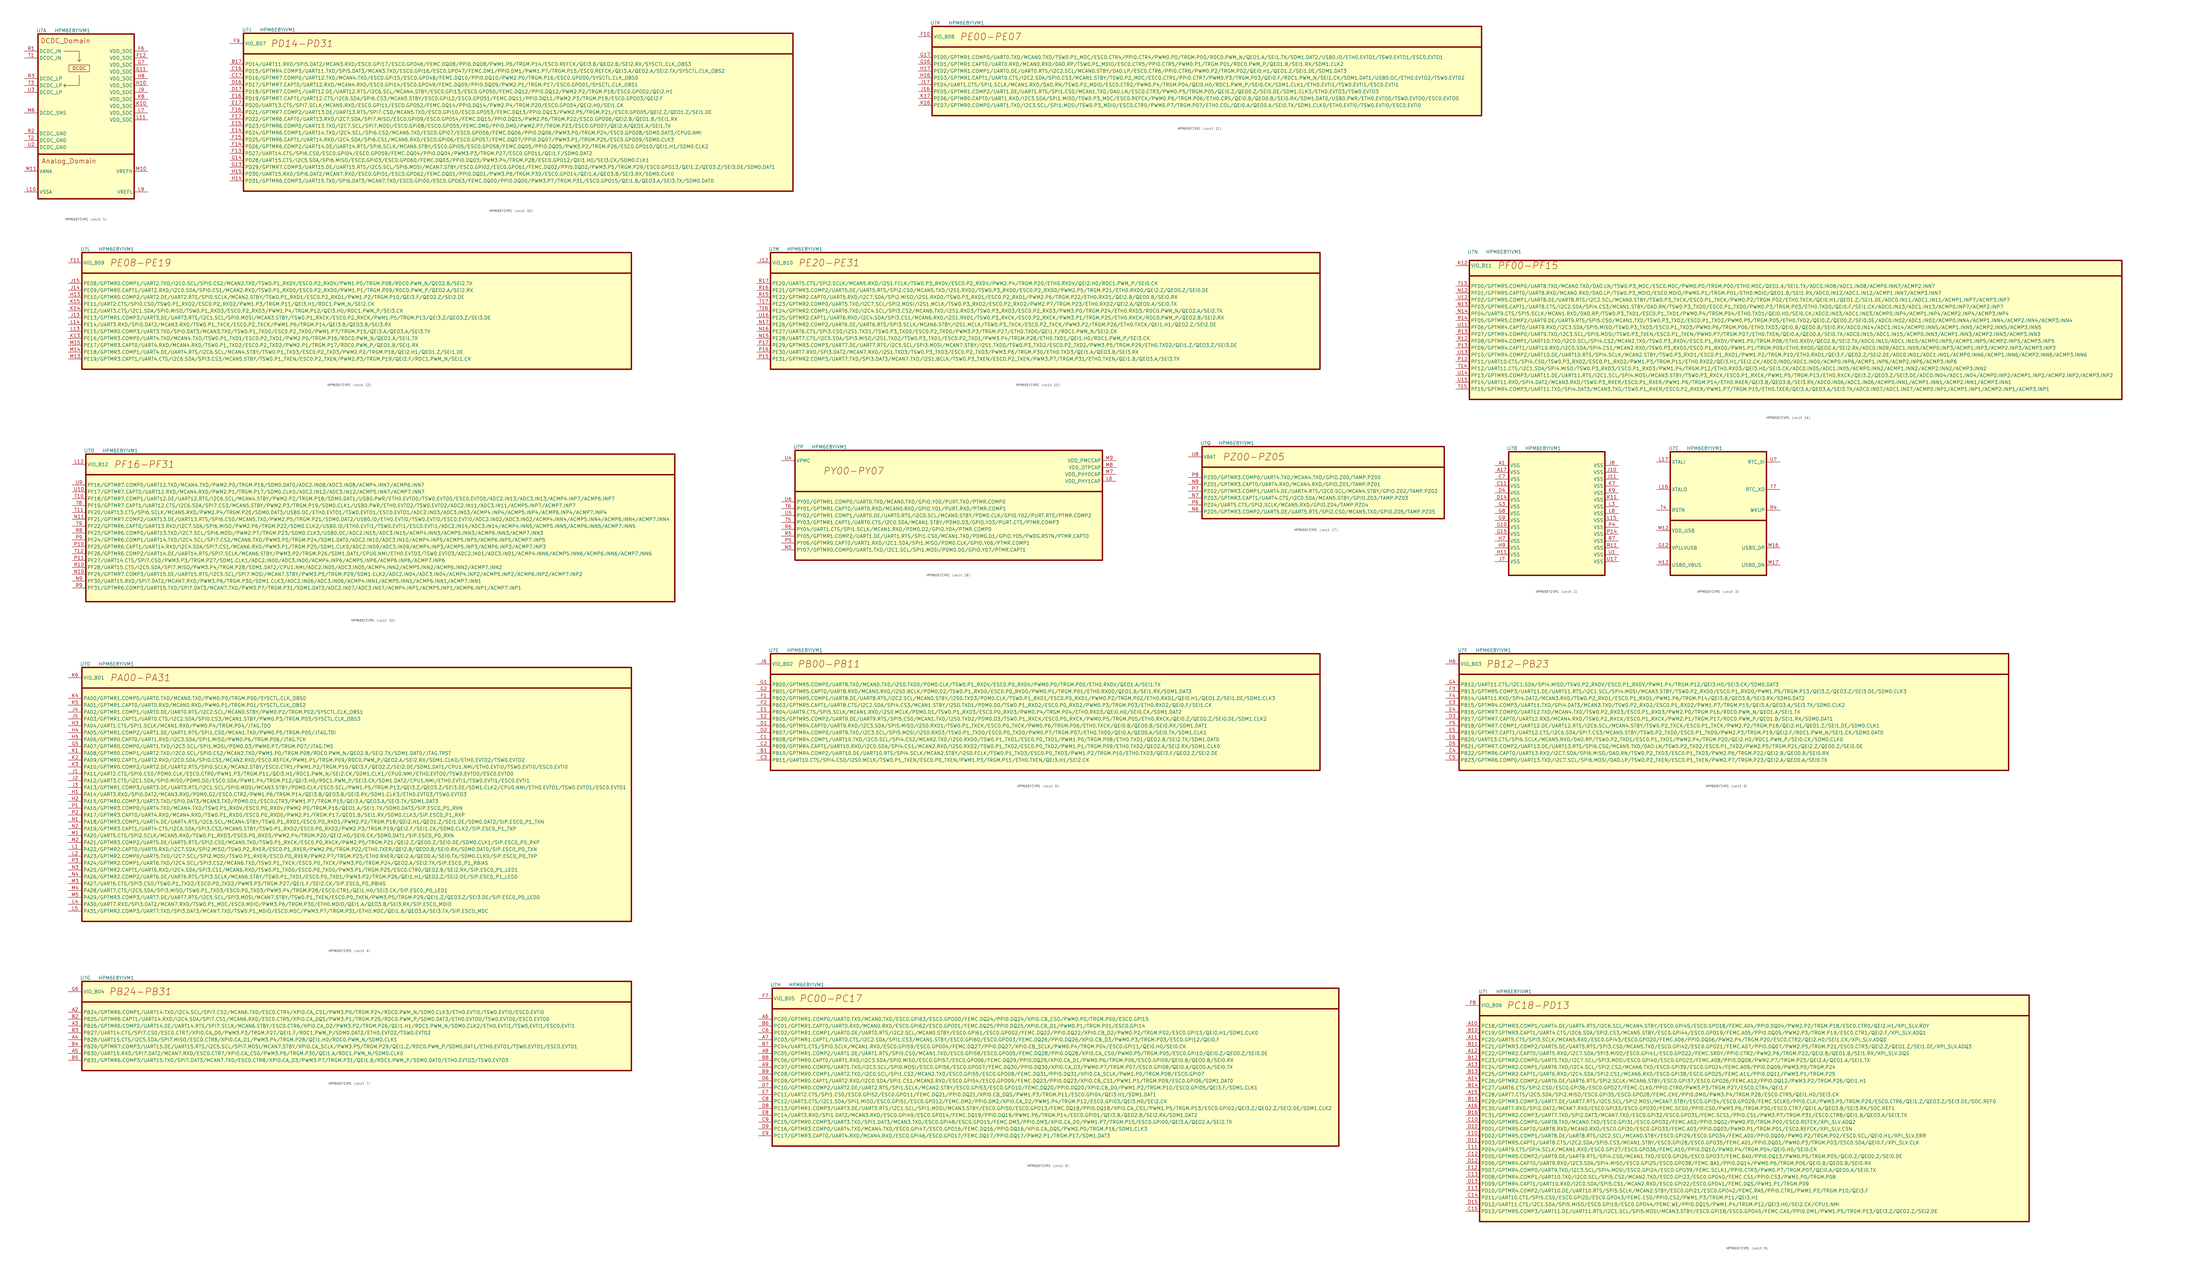
<source format=kicad_sym>
(kicad_symbol_lib
  (version 20220914)
  (generator kicad_symbol_editor)
  (symbol "HPM6E8YIVM1"
    (property "Reference" "U"
      (at 1.27 1.27 0)
      (effects (font (size 1.27 1.27))))
    (property "Value" "HPM6E8YIVM1"
      (at 12.7 1.27 0)
      (effects (font (size 1.27 1.27))))
    (property "ki_locked" ""
      (at 0 0 0)
      (effects (font (size 1.27 1.27))))
    (symbol "HPM6E8YIVM1_1_1"
      (polyline (pts (xy 0 -44.45) (xy 35.56 -44.45)) (stroke (width 0.508) (type default)) (fill (type none)))
      (polyline (pts (xy 9.525 -6.35) (xy 15.24 -6.35) (xy 15.24 -10.16) (xy 14.605 -9.525) (xy 15.24 -10.16) (xy 15.875 -9.525)) (stroke (width 0) (type default)) (fill (type none)))
      (polyline (pts (xy 15.24 -15.24) (xy 15.24 -19.05) (xy 9.525 -19.05) (xy 10.16 -18.415) (xy 9.525 -19.05) (xy 10.16 -19.685)) (stroke (width 0) (type default)) (fill (type none)))
      (rectangle (start 0 0) (end 35.56 -60.96) (stroke (width 0.508) (type default)) (fill (type background)))
      (rectangle (start 11.43 -11.43) (end 19.05 -13.97) (stroke (width 0) (type default)) (fill (type none)))
      (text "Analog_Domain" (at 11.43 -46.99 0) (effects (font (size 1.778 1.778))))
      (text "DCDC" (at 15.24 -12.7 0) (effects (font (size 1.27 1.27))))
      (text "DCDC_Domain" (at 10.16 -2.54 0) (effects (font (size 1.778 1.778))))
      (pin power_in line (at 40.64 -8.89 180) (length 5.08) (name "VDD_SOC" (effects (font (size 1.27 1.27)))) (number "F12" (effects (font (size 1.27 1.27)))))
      (pin power_in line (at 40.64 -6.35 180) (length 5.08) (name "VDD_SOC" (effects (font (size 1.27 1.27)))) (number "F6" (effects (font (size 1.27 1.27)))))
      (pin power_in line (at 40.64 -13.97 180) (length 5.08) (name "VDD_SOC" (effects (font (size 1.27 1.27)))) (number "G11" (effects (font (size 1.27 1.27)))))
      (pin power_in line (at 40.64 -11.43 180) (length 5.08) (name "VDD_SOC" (effects (font (size 1.27 1.27)))) (number "G7" (effects (font (size 1.27 1.27)))))
      (pin power_in line (at 40.64 -19.05 180) (length 5.08) (name "VDD_SOC" (effects (font (size 1.27 1.27)))) (number "H10" (effects (font (size 1.27 1.27)))))
      (pin power_in line (at 40.64 -16.51 180) (length 5.08) (name "VDD_SOC" (effects (font (size 1.27 1.27)))) (number "H8" (effects (font (size 1.27 1.27)))))
      (pin power_in line (at 40.64 -21.59 180) (length 5.08) (name "VDD_SOC" (effects (font (size 1.27 1.27)))) (number "J9" (effects (font (size 1.27 1.27)))))
      (pin power_in line (at 40.64 -26.67 180) (length 5.08) (name "VDD_SOC" (effects (font (size 1.27 1.27)))) (number "K10" (effects (font (size 1.27 1.27)))))
      (pin power_in line (at 40.64 -24.13 180) (length 5.08) (name "VDD_SOC" (effects (font (size 1.27 1.27)))) (number "K8" (effects (font (size 1.27 1.27)))))
      (pin power_in line (at -5.08 -58.42 0) (length 5.08) (name "VSSA" (effects (font (size 1.27 1.27)))) (number "L10" (effects (font (size 1.27 1.27)))))
      (pin power_in line (at 40.64 -31.75 180) (length 5.08) (name "VDD_SOC" (effects (font (size 1.27 1.27)))) (number "L11" (effects (font (size 1.27 1.27)))))
      (pin power_in line (at 40.64 -29.21 180) (length 5.08) (name "VDD_SOC" (effects (font (size 1.27 1.27)))) (number "L7" (effects (font (size 1.27 1.27)))))
      (pin power_in line (at 40.64 -58.42 180) (length 5.08) (name "VREFL" (effects (font (size 1.27 1.27)))) (number "L9" (effects (font (size 1.27 1.27)))))
      (pin power_in line (at 40.64 -50.8 180) (length 5.08) (name "VREFH" (effects (font (size 1.27 1.27)))) (number "M10" (effects (font (size 1.27 1.27)))))
      (pin power_in line (at -5.08 -50.8 0) (length 5.08) (name "VANA" (effects (font (size 1.27 1.27)))) (number "M11" (effects (font (size 1.27 1.27)))))
      (pin power_in line (at -5.08 -29.21 0) (length 5.08) (name "DCDC_SNS" (effects (font (size 1.27 1.27)))) (number "M6" (effects (font (size 1.27 1.27)))))
      (pin power_in line (at -5.08 -6.35 0) (length 5.08) (name "DCDC_IN" (effects (font (size 1.27 1.27)))) (number "R1" (effects (font (size 1.27 1.27)))))
      (pin power_in line (at -5.08 -36.83 0) (length 5.08) (name "DCDC_GND" (effects (font (size 1.27 1.27)))) (number "R2" (effects (font (size 1.27 1.27)))))
      (pin power_in line (at -5.08 -16.51 0) (length 5.08) (name "DCDC_LP" (effects (font (size 1.27 1.27)))) (number "R3" (effects (font (size 1.27 1.27)))))
      (pin power_in line (at -5.08 -8.89 0) (length 5.08) (name "DCDC_IN" (effects (font (size 1.27 1.27)))) (number "T1" (effects (font (size 1.27 1.27)))))
      (pin power_in line (at -5.08 -39.37 0) (length 5.08) (name "DCDC_GND" (effects (font (size 1.27 1.27)))) (number "T2" (effects (font (size 1.27 1.27)))))
      (pin power_in line (at -5.08 -19.05 0) (length 5.08) (name "DCDC_LP" (effects (font (size 1.27 1.27)))) (number "T3" (effects (font (size 1.27 1.27)))))
      (pin power_in line (at -5.08 -41.91 0) (length 5.08) (name "DCDC_GND" (effects (font (size 1.27 1.27)))) (number "U2" (effects (font (size 1.27 1.27)))))
      (pin power_in line (at -5.08 -21.59 0) (length 5.08) (name "DCDC_LP" (effects (font (size 1.27 1.27)))) (number "U3" (effects (font (size 1.27 1.27))))))
    (symbol "HPM6E8YIVM1_2_1"
      (rectangle (start 0 0) (end 35.56 -45.72) (stroke (width 0.508) (type default)) (fill (type background)))
      (pin power_in line (at -5.08 -5.08 0) (length 5.08) (name "VSS" (effects (font (size 1.27 1.27)))) (number "A1" (effects (font (size 1.27 1.27)))))
      (pin power_in line (at -5.08 -7.62 0) (length 5.08) (name "VSS" (effects (font (size 1.27 1.27)))) (number "A17" (effects (font (size 1.27 1.27)))))
      (pin power_in line (at -5.08 -12.7 0) (length 5.08) (name "VSS" (effects (font (size 1.27 1.27)))) (number "C11" (effects (font (size 1.27 1.27)))))
      (pin power_in line (at -5.08 -10.16 0) (length 5.08) (name "VSS" (effects (font (size 1.27 1.27)))) (number "C7" (effects (font (size 1.27 1.27)))))
      (pin power_in line (at -5.08 -17.78 0) (length 5.08) (name "VSS" (effects (font (size 1.27 1.27)))) (number "D14" (effects (font (size 1.27 1.27)))))
      (pin power_in line (at -5.08 -15.24 0) (length 5.08) (name "VSS" (effects (font (size 1.27 1.27)))) (number "D4" (effects (font (size 1.27 1.27)))))
      (pin power_in line (at -5.08 -27.94 0) (length 5.08) (name "VSS" (effects (font (size 1.27 1.27)))) (number "G10" (effects (font (size 1.27 1.27)))))
      (pin power_in line (at -5.08 -30.48 0) (length 5.08) (name "VSS" (effects (font (size 1.27 1.27)))) (number "G15" (effects (font (size 1.27 1.27)))))
      (pin power_in line (at -5.08 -20.32 0) (length 5.08) (name "VSS" (effects (font (size 1.27 1.27)))) (number "G3" (effects (font (size 1.27 1.27)))))
      (pin power_in line (at -5.08 -22.86 0) (length 5.08) (name "VSS" (effects (font (size 1.27 1.27)))) (number "G8" (effects (font (size 1.27 1.27)))))
      (pin power_in line (at -5.08 -25.4 0) (length 5.08) (name "VSS" (effects (font (size 1.27 1.27)))) (number "G9" (effects (font (size 1.27 1.27)))))
      (pin power_in line (at -5.08 -38.1 0) (length 5.08) (name "VSS" (effects (font (size 1.27 1.27)))) (number "H11" (effects (font (size 1.27 1.27)))))
      (pin power_in line (at -5.08 -33.02 0) (length 5.08) (name "VSS" (effects (font (size 1.27 1.27)))) (number "H7" (effects (font (size 1.27 1.27)))))
      (pin power_in line (at -5.08 -35.56 0) (length 5.08) (name "VSS" (effects (font (size 1.27 1.27)))) (number "H9" (effects (font (size 1.27 1.27)))))
      (pin power_in line (at 40.64 -7.62 180) (length 5.08) (name "VSS" (effects (font (size 1.27 1.27)))) (number "J10" (effects (font (size 1.27 1.27)))))
      (pin power_in line (at 40.64 -10.16 180) (length 5.08) (name "VSS" (effects (font (size 1.27 1.27)))) (number "J11" (effects (font (size 1.27 1.27)))))
      (pin power_in line (at -5.08 -40.64 0) (length 5.08) (name "VSS" (effects (font (size 1.27 1.27)))) (number "J7" (effects (font (size 1.27 1.27)))))
      (pin power_in line (at 40.64 -5.08 180) (length 5.08) (name "VSS" (effects (font (size 1.27 1.27)))) (number "J8" (effects (font (size 1.27 1.27)))))
      (pin power_in line (at 40.64 -17.78 180) (length 5.08) (name "VSS" (effects (font (size 1.27 1.27)))) (number "K11" (effects (font (size 1.27 1.27)))))
      (pin power_in line (at 40.64 -12.7 180) (length 5.08) (name "VSS" (effects (font (size 1.27 1.27)))) (number "K7" (effects (font (size 1.27 1.27)))))
      (pin power_in line (at 40.64 -15.24 180) (length 5.08) (name "VSS" (effects (font (size 1.27 1.27)))) (number "K9" (effects (font (size 1.27 1.27)))))
      (pin power_in line (at 40.64 -25.4 180) (length 5.08) (name "VSS" (effects (font (size 1.27 1.27)))) (number "L15" (effects (font (size 1.27 1.27)))))
      (pin power_in line (at 40.64 -20.32 180) (length 5.08) (name "VSS" (effects (font (size 1.27 1.27)))) (number "L3" (effects (font (size 1.27 1.27)))))
      (pin power_in line (at 40.64 -22.86 180) (length 5.08) (name "VSS" (effects (font (size 1.27 1.27)))) (number "L8" (effects (font (size 1.27 1.27)))))
      (pin power_in line (at 40.64 -30.48 180) (length 5.08) (name "VSS" (effects (font (size 1.27 1.27)))) (number "P14" (effects (font (size 1.27 1.27)))))
      (pin power_in line (at 40.64 -27.94 180) (length 5.08) (name "VSS" (effects (font (size 1.27 1.27)))) (number "P4" (effects (font (size 1.27 1.27)))))
      (pin power_in line (at 40.64 -35.56 180) (length 5.08) (name "VSS" (effects (font (size 1.27 1.27)))) (number "R11" (effects (font (size 1.27 1.27)))))
      (pin power_in line (at 40.64 -33.02 180) (length 5.08) (name "VSS" (effects (font (size 1.27 1.27)))) (number "R7" (effects (font (size 1.27 1.27)))))
      (pin power_in line (at 40.64 -38.1 180) (length 5.08) (name "VSS" (effects (font (size 1.27 1.27)))) (number "U1" (effects (font (size 1.27 1.27)))))
      (pin power_in line (at 40.64 -40.64 180) (length 5.08) (name "VSS" (effects (font (size 1.27 1.27)))) (number "U17" (effects (font (size 1.27 1.27))))))
    (symbol "HPM6E8YIVM1_3_1"
      (polyline (pts (xy 0 -25.4) (xy 35.56 -25.4)) (stroke (width 0.508) (type default)) (fill (type none)))
      (rectangle (start 0 0) (end 35.56 -45.72) (stroke (width 0.508) (type default)) (fill (type background)))
      (pin input line (at -5.08 -35.56 0) (length 5.08) (name "VPLLVUSB" (effects (font (size 1.27 1.27)))) (number "G12" (effects (font (size 1.27 1.27)))))
      (pin input line (at -5.08 -41.91 0) (length 5.08) (name "USB0_VBUS" (effects (font (size 1.27 1.27)))) (number "H12" (effects (font (size 1.27 1.27)))))
      (pin input line (at -5.08 -13.97 0) (length 5.08) (name "XTALO" (effects (font (size 1.27 1.27)))) (number "L16" (effects (font (size 1.27 1.27)))))
      (pin input line (at -5.08 -3.81 0) (length 5.08) (name "XTALI" (effects (font (size 1.27 1.27)))) (number "L17" (effects (font (size 1.27 1.27)))))
      (pin input line (at -5.08 -29.21 0) (length 5.08) (name "VDD_USB" (effects (font (size 1.27 1.27)))) (number "M12" (effects (font (size 1.27 1.27)))))
      (pin input line (at 40.64 -35.56 180) (length 5.08) (name "USB0_DP" (effects (font (size 1.27 1.27)))) (number "M16" (effects (font (size 1.27 1.27)))))
      (pin input line (at 40.64 -41.91 180) (length 5.08) (name "USB0_DN" (effects (font (size 1.27 1.27)))) (number "M17" (effects (font (size 1.27 1.27)))))
      (pin input line (at 40.64 -21.59 180) (length 5.08) (name "WKUP" (effects (font (size 1.27 1.27)))) (number "R4" (effects (font (size 1.27 1.27)))))
      (pin input line (at -5.08 -21.59 0) (length 5.08) (name "RSTN" (effects (font (size 1.27 1.27)))) (number "T4" (effects (font (size 1.27 1.27)))))
      (pin input line (at 40.64 -13.97 180) (length 5.08) (name "RTC_XO" (effects (font (size 1.27 1.27)))) (number "T7" (effects (font (size 1.27 1.27)))))
      (pin input line (at 40.64 -3.81 180) (length 5.08) (name "RTC_XI" (effects (font (size 1.27 1.27)))) (number "U7" (effects (font (size 1.27 1.27))))))
    (symbol "HPM6E8YIVM1_4_1"
      (polyline (pts (xy 0 -7.62) (xy 203.2 -7.62)) (stroke (width 0.508) (type default)) (fill (type none)))
      (rectangle (start 0 0) (end 203.2 -93.98) (stroke (width 0.508) (type default)) (fill (type background)))
      (text "PA00-PA31" (at 21.59 -3.81 0) (effects (font (size 2.54 2.54) italic)))
      (pin input line (at -5.08 -29.21 0) (length 5.08) (name "PA07/GPTMR0.COMP0/UART1.TXD/I2C3.SCL/SPI1.MOSI/PDM0.D3/PWM0.P7/TRGM.P07/JTAG.TMS" (effects (font (size 1.27 1.27)))) (number "G5" (effects (font (size 1.27 1.27)))))
      (pin input line (at -5.08 -46.99 0) (length 5.08) (name "PA14/UART3.RXD/SPI0.DAT2/MCAN3.RXD/PDM0.D2/ESC0.CTR2/PWM1.P6/TRGM.P14/QEI3.B/QEO3.B/SEI3.RX/SDM1.CLK3/ETH0.EVTO3/TSW0.EVTO3" (effects (font (size 1.27 1.27)))) (number "H1" (effects (font (size 1.27 1.27)))))
      (pin input line (at -5.08 -49.53 0) (length 5.08) (name "PA15/GPTMR0.COMP3/UART3.TXD/SPI0.DAT3/MCAN3.TXD/PDM0.D1/ESC0.CTR3/PWM1.P7/TRGM.P15/QEI3.A/QEO3.A/SEI3.TX/SDM1.DAT3" (effects (font (size 1.27 1.27)))) (number "H2" (effects (font (size 1.27 1.27)))))
      (pin input line (at -5.08 -21.59 0) (length 5.08) (name "PA04/UART1.CTS/SPI1.SCLK/MCAN1.RXD/PWM0.P4/TRGM.P04/JTAG.TDO" (effects (font (size 1.27 1.27)))) (number "H3" (effects (font (size 1.27 1.27)))))
      (pin input line (at -5.08 -24.13 0) (length 5.08) (name "PA05/GPTMR1.COMP2/UART1.DE/UART1.RTS/SPI1.CS0/MCAN1.TXD/PWM0.P5/TRGM.P05/JTAG.TDI" (effects (font (size 1.27 1.27)))) (number "H4" (effects (font (size 1.27 1.27)))))
      (pin input line (at -5.08 -26.67 0) (length 5.08) (name "PA06/GPTMR0.CAPT0/UART1.RXD/I2C3.SDA/SPI1.MISO/PWM0.P6/TRGM.P06/JTAG.TCK" (effects (font (size 1.27 1.27)))) (number "H5" (effects (font (size 1.27 1.27)))))
      (pin input line (at -5.08 -39.37 0) (length 5.08) (name "PA11/UART2.CTS/SPI0.CS0/PDM0.CLK/ESC0.CTR0/PWM1.P3/TRGM.P11/QEI3.H1/RDC1.PWM_N/SEI2.CK/SDM1.CLK1/CPU0.NMI/ETH0.EVTO0/TSW0.EVTO0/ESC0.EVTO0" (effects (font (size 1.27 1.27)))) (number "J1" (effects (font (size 1.27 1.27)))))
      (pin input line (at -5.08 -41.91 0) (length 5.08) (name "PA12/UART3.CTS/I2C1.SDA/SPI0.MISO/PDM0.D0/ESC0.SDA/PWM1.P4/TRGM.P12/QEI3.H0/RDC1.PWM_P/SEI3.CK/SDM1.DAT2/CPU1.NMI/ETH0.EVTI1/TSW0.EVTI1/ESC0.EVTI1" (effects (font (size 1.27 1.27)))) (number "J2" (effects (font (size 1.27 1.27)))))
      (pin input line (at -5.08 -44.45 0) (length 5.08) (name "PA13/GPTMR1.COMP3/UART3.DE/UART3.RTS/I2C1.SCL/SPI0.MOSI/MCAN3.STBY/PDM0.CLK/ESC0.SCL/PWM1.P5/TRGM.P13/QEI3.Z/QEO3.Z/SEI3.DE/SDM1.CLK2/CPU0.NMI/ETH0.EVTO1/TSW0.EVTO1/ESC0.EVTO1" (effects (font (size 1.27 1.27)))) (number "J3" (effects (font (size 1.27 1.27)))))
      (pin input line (at -5.08 -16.51 0) (length 5.08) (name "PA02/GPTMR1.COMP1/UART0.DE/UART0.RTS/I2C2.SCL/MCAN0.STBY/PWM0.P2/TRGM.P02/SYSCTL.CLK_OBS1" (effects (font (size 1.27 1.27)))) (number "J4" (effects (font (size 1.27 1.27)))))
      (pin input line (at -5.08 -19.05 0) (length 5.08) (name "PA03/GPTMR1.CAPT1/UART0.CTS/I2C2.SDA/SPI0.CS3/MCAN1.STBY/PWM0.P3/TRGM.P03/SYSCTL.CLK_OBS3" (effects (font (size 1.27 1.27)))) (number "J5" (effects (font (size 1.27 1.27)))))
      (pin input line (at -5.08 -31.75 0) (length 5.08) (name "PA08/GPTMR0.COMP1/UART2.TXD/I2C0.SCL/SPI0.CS2/MCAN2.TXD/PWM1.P0/TRGM.P08/RDC0.PWM_N/QEO2.B/SEI2.TX/SDM1.DAT0/JTAG.TRST" (effects (font (size 1.27 1.27)))) (number "K1" (effects (font (size 1.27 1.27)))))
      (pin input line (at -5.08 -34.29 0) (length 5.08) (name "PA09/GPTMR0.CAPT1/UART2.RXD/I2C0.SDA/SPI0.CS1/MCAN2.RXD/ESC0.REFCK/PWM1.P1/TRGM.P09/RDC0.PWM_P/QEO2.A/SEI2.RX/SDM1.CLK0/ETH0.EVTO2/TSW0.EVTO2" (effects (font (size 1.27 1.27)))) (number "K2" (effects (font (size 1.27 1.27)))))
      (pin input line (at -5.08 -36.83 0) (length 5.08) (name "PA10/GPTMR0.COMP2/UART2.DE/UART2.RTS/SPI0.SCLK/MCAN2.STBY/ESC0.CTR1/PWM1.P2/TRGM.P10/QEI3.F/QEO2.Z/SEI2.DE/SDM1.DAT1/CPU1.NMI/ETH0.EVTI0/TSW0.EVTI0/ESC0.EVTI0" (effects (font (size 1.27 1.27)))) (number "K3" (effects (font (size 1.27 1.27)))))
      (pin input line (at -5.08 -11.43 0) (length 5.08) (name "PA00/GPTMR1.COMP0/UART0.TXD/MCAN0.TXD/PWM0.P0/TRGM.P00/SYSCTL.CLK_OBS0" (effects (font (size 1.27 1.27)))) (number "K4" (effects (font (size 1.27 1.27)))))
      (pin input line (at -5.08 -13.97 0) (length 5.08) (name "PA01/GPTMR1.CAPT0/UART0.RXD/MCAN0.RXD/PWM0.P1/TRGM.P01/SYSCTL.CLK_OBS2" (effects (font (size 1.27 1.27)))) (number "K5" (effects (font (size 1.27 1.27)))))
      (pin input line (at -5.08 -3.81 0) (length 5.08) (name "VIO_B01" (effects (font (size 1.27 1.27)))) (number "K6" (effects (font (size 1.27 1.27)))))
      (pin input line (at -5.08 -67.31 0) (length 5.08) (name "PA22/GPTMR2.CAPT0/UART5.RXD/I2C7.SDA/SPI2.MISO/TSW0.P2_RXER/ESC0.P1_RXER/PWM2.P6/TRGM.P22/ETH0.TXER/QEI2.B/QEO0.B/SEI0.RX/SDM0.DAT0/SIP.ESC0_P0_TXN" (effects (font (size 1.27 1.27)))) (number "L1" (effects (font (size 1.27 1.27)))))
      (pin input line (at -5.08 -69.85 0) (length 5.08) (name "PA23/GPTMR2.COMP0/UART5.TXD/I2C7.SCL/SPI2.MOSI/TSW0.P1_RXER/ESC0.P0_RXER/PWM2.P7/TRGM.P23/ETH0.RXER/QEI2.A/QEO0.A/SEI0.TX/SDM0.CLK0/SIP.ESC0_P0_TXP" (effects (font (size 1.27 1.27)))) (number "L2" (effects (font (size 1.27 1.27)))))
      (pin input line (at -5.08 -87.63 0) (length 5.08) (name "PA30/UART7.RXD/SPI3.DAT2/MCAN7.RXD/TSW0.P1_MDC/ESC0.MDIO/PWM3.P6/TRGM.P30/ETH0.MDIO/QEI1.A/QEO3.B/SEI3.RX/SIP.ESC0_MDIO" (effects (font (size 1.27 1.27)))) (number "L4" (effects (font (size 1.27 1.27)))))
      (pin input line (at -5.08 -90.17 0) (length 5.08) (name "PA31/GPTMR2.COMP3/UART7.TXD/SPI3.DAT3/MCAN7.TXD/TSW0.P1_MDIO/ESC0.MDC/PWM3.P7/TRGM.P31/ETH0.MDC/QEI1.B/QEO3.A/SEI3.TX/SIP.ESC0_MDC" (effects (font (size 1.27 1.27)))) (number "L5" (effects (font (size 1.27 1.27)))))
      (pin input line (at -5.08 -62.23 0) (length 5.08) (name "PA20/UART5.CTS/SPI2.SCLK/MCAN5.RXD/TSW0.P1_RXD3/ESC0.P0_RXD3/PWM2.P4/TRGM.P20/QEI2.H0/SEI0.CK/SDM0.DAT1/SIP.ESC0_P0_RXN" (effects (font (size 1.27 1.27)))) (number "M1" (effects (font (size 1.27 1.27)))))
      (pin input line (at -5.08 -64.77 0) (length 5.08) (name "PA21/GPTMR3.COMP2/UART5.DE/UART5.RTS/SPI2.CS0/MCAN5.TXD/TSW0.P1_RXCK/ESC0.P0_RXCK/PWM2.P5/TRGM.P21/QEI2.Z/QEO0.Z/SEI0.DE/SDM0.CLK1/SIP.ESC0_P0_RXP" (effects (font (size 1.27 1.27)))) (number "M2" (effects (font (size 1.27 1.27)))))
      (pin input line (at -5.08 -80.01 0) (length 5.08) (name "PA27/UART6.CTS/SPI3.CS0/TSW0.P1_TXD2/ESC0.P0_TXD2/PWM3.P3/TRGM.P27/QEI1.F/SEI2.CK/SIP.ESC0_P0_RBIAS" (effects (font (size 1.27 1.27)))) (number "M3" (effects (font (size 1.27 1.27)))))
      (pin input line (at -5.08 -82.55 0) (length 5.08) (name "PA28/UART7.CTS/I2C5.SDA/SPI3.MISO/TSW0.P1_TXD3/ESC0.P0_TXD3/PWM3.P4/TRGM.P28/ESC0.CTR1/QEI1.H0/SEI3.CK/SIP.ESC0_P0_LED1" (effects (font (size 1.27 1.27)))) (number "M4" (effects (font (size 1.27 1.27)))))
      (pin input line (at -5.08 -85.09 0) (length 5.08) (name "PA29/GPTMR3.COMP3/UART7.DE/UART7.RTS/I2C5.SCL/SPI3.MOSI/MCAN7.STBY/TSW0.P1_TXEN/ESC0.P0_TXEN/PWM3.P5/TRGM.P29/QEI1.Z/QEO3.Z/SEI3.DE/SIP.ESC0_P0_LED0" (effects (font (size 1.27 1.27)))) (number "M5" (effects (font (size 1.27 1.27)))))
      (pin input line (at -5.08 -57.15 0) (length 5.08) (name "PA18/GPTMR3.COMP1/UART4.DE/UART4.RTS/I2C6.SCL/MCAN4.STBY/TSW0.P1_RXD1/ESC0.P0_RXD1/PWM2.P2/TRGM.P18/QEI2.H1/QEO1.Z/SEI1.DE/SDM0.DAT2/SIP.ESC0_P1_TXN" (effects (font (size 1.27 1.27)))) (number "N1" (effects (font (size 1.27 1.27)))))
      (pin input line (at -5.08 -59.69 0) (length 5.08) (name "PA19/GPTMR3.CAPT1/UART4.CTS/I2C6.SDA/SPI3.CS3/MCAN5.STBY/TSW0.P1_RXD2/ESC0.P0_RXD2/PWM2.P3/TRGM.P19/QEI2.F/SEI1.CK/SDM0.CLK2/SIP.ESC0_P1_TXP" (effects (font (size 1.27 1.27)))) (number "N2" (effects (font (size 1.27 1.27)))))
      (pin input line (at -5.08 -74.93 0) (length 5.08) (name "PA25/GPTMR2.CAPT1/UART6.RXD/I2C4.SDA/SPI3.CS1/MCAN6.RXD/TSW0.P1_TXD0/ESC0.P0_TXD0/PWM3.P1/TRGM.P25/ESC0.CTR0/QEO2.B/SEI2.RX/SIP.ESC0_P1_LED1" (effects (font (size 1.27 1.27)))) (number "N3" (effects (font (size 1.27 1.27)))))
      (pin input line (at -5.08 -77.47 0) (length 5.08) (name "PA26/GPTMR2.COMP2/UART6.DE/UART6.RTS/SPI3.SCLK/MCAN6.STBY/TSW0.P1_TXD1/ESC0.P0_TXD1/PWM3.P2/TRGM.P26/QEI1.H1/QEO2.Z/SEI2.DE/SIP.ESC0_P1_LED0" (effects (font (size 1.27 1.27)))) (number "N4" (effects (font (size 1.27 1.27)))))
      (pin input line (at -5.08 -52.07 0) (length 5.08) (name "PA16/GPTMR3.COMP0/UART4.TXD/MCAN4.TXD/TSW0.P1_RXDV/ESC0.P0_RXDV/PWM2.P0/TRGM.P16/QEO1.A/SEI1.TX/SDM0.DAT3/SIP.ESC0_P1_RXN" (effects (font (size 1.27 1.27)))) (number "P1" (effects (font (size 1.27 1.27)))))
      (pin input line (at -5.08 -54.61 0) (length 5.08) (name "PA17/GPTMR3.CAPT0/UART4.RXD/MCAN4.RXD/TSW0.P1_RXD0/ESC0.P0_RXD0/PWM2.P1/TRGM.P17/QEO1.B/SEI1.RX/SDM0.CLK3/SIP.ESC0_P1_RXP" (effects (font (size 1.27 1.27)))) (number "P2" (effects (font (size 1.27 1.27)))))
      (pin input line (at -5.08 -72.39 0) (length 5.08) (name "PA24/GPTMR2.COMP1/UART6.TXD/I2C4.SCL/SPI3.CS2/MCAN6.TXD/TSW0.P1_TXCK/ESC0.P0_TXCK/PWM3.P0/TRGM.P24/QEO2.A/SEI2.TX/SIP.ESC0_P1_RBIAS" (effects (font (size 1.27 1.27)))) (number "P3" (effects (font (size 1.27 1.27))))))
    (symbol "HPM6E8YIVM1_5_1"
      (polyline (pts (xy 0 -7.62) (xy 203.2 -7.62)) (stroke (width 0.508) (type default)) (fill (type none)))
      (rectangle (start 0 0) (end 203.2 -43.18) (stroke (width 0.508) (type default)) (fill (type background)))
      (text "PB00-PB11" (at 21.59 -3.81 0) (effects (font (size 2.54 2.54) italic)))
      (pin input line (at -5.08 -36.83 0) (length 5.08) (name "PB10/GPTMR4.COMP2/UART10.DE/UART10.RTS/SPI4.SCLK/MCAN2.STBY/I2S0.FCLK/TSW0.P1_TXD3/ESC0.P0_TXD3/PWM1.P2/TRGM.P10/ETH0.TXD3/QEI3.F/QEO2.Z/SEI2.DE" (effects (font (size 1.27 1.27)))) (number "B1" (effects (font (size 1.27 1.27)))))
      (pin input line (at -5.08 -31.75 0) (length 5.08) (name "PB08/GPTMR4.COMP1/UART10.TXD/I2C0.SCL/SPI4.CS2/MCAN2.TXD/I2S0.RXD0/TSW0.P1_TXD1/ESC0.P0_TXD1/PWM1.P0/TRGM.P08/ETH0.TXD1/QEO2.B/SEI2.TX/SDM1.DAT0" (effects (font (size 1.27 1.27)))) (number "C1" (effects (font (size 1.27 1.27)))))
      (pin input line (at -5.08 -34.29 0) (length 5.08) (name "PB09/GPTMR4.CAPT1/UART10.RXD/I2C0.SDA/SPI4.CS1/MCAN2.RXD/I2S0.RXD2/TSW0.P1_TXD2/ESC0.P0_TXD2/PWM1.P1/TRGM.P09/ETH0.TXD2/QEO2.A/SEI2.RX/SDM1.CLK0" (effects (font (size 1.27 1.27)))) (number "C2" (effects (font (size 1.27 1.27)))))
      (pin input line (at -5.08 -39.37 0) (length 5.08) (name "PB11/UART10.CTS/SPI4.CS0/I2S0.MCLK/TSW0.P1_TXEN/ESC0.P0_TXEN/PWM1.P3/TRGM.P11/ETH0.TXEN/QEI3.H1/SEI2.CK" (effects (font (size 1.27 1.27)))) (number "C3" (effects (font (size 1.27 1.27)))))
      (pin input line (at -5.08 -26.67 0) (length 5.08) (name "PB06/GPTMR4.CAPT0/UART9.RXD/I2C3.SDA/SPI5.MISO/I2S0.RXD1/TSW0.P1_TXCK/ESC0.P0_TXCK/PWM0.P6/TRGM.P06/ETH0.TXCK/QEI0.B/QEO0.B/SEI0.RX/SDM1.DAT1" (effects (font (size 1.27 1.27)))) (number "D1" (effects (font (size 1.27 1.27)))))
      (pin input line (at -5.08 -29.21 0) (length 5.08) (name "PB07/GPTMR4.COMP0/UART9.TXD/I2C3.SCL/SPI5.MOSI/I2S0.RXD3/TSW0.P1_TXD0/ESC0.P0_TXD0/PWM0.P7/TRGM.P07/ETH0.TXD0/QEI0.A/QEO0.A/SEI0.TX/SDM1.CLK1" (effects (font (size 1.27 1.27)))) (number "D2" (effects (font (size 1.27 1.27)))))
      (pin input line (at -5.08 -21.59 0) (length 5.08) (name "PB04/UART9.CTS/SPI5.SCLK/MCAN1.RXD/I2S0.MCLK/PDM0.D1/TSW0.P1_RXD3/ESC0.P0_RXD3/PWM0.P4/TRGM.P04/ETH0.RXD3/QEI0.H0/SEI0.CK/SDM1.DAT2" (effects (font (size 1.27 1.27)))) (number "E1" (effects (font (size 1.27 1.27)))))
      (pin input line (at -5.08 -24.13 0) (length 5.08) (name "PB05/GPTMR5.COMP2/UART9.DE/UART9.RTS/SPI5.CS0/MCAN1.TXD/I2S0.TXD2/PDM0.D3/TSW0.P1_RXCK/ESC0.P0_RXCK/PWM0.P5/TRGM.P05/ETH0.RXCK/QEI0.Z/QEO0.Z/SEI0.DE/SDM1.CLK2" (effects (font (size 1.27 1.27)))) (number "E2" (effects (font (size 1.27 1.27)))))
      (pin input line (at -5.08 -16.51 0) (length 5.08) (name "PB02/GPTMR5.COMP1/UART8.DE/UART8.RTS/I2C2.SCL/MCAN0.STBY/I2S0.TXD3/PDM0.CLK/TSW0.P1_RXD1/ESC0.P0_RXD1/PWM0.P2/TRGM.P02/ETH0.RXD1/QEI0.H1/QEO1.Z/SEI1.DE/SDM1.CLK3" (effects (font (size 1.27 1.27)))) (number "F1" (effects (font (size 1.27 1.27)))))
      (pin input line (at -5.08 -19.05 0) (length 5.08) (name "PB03/GPTMR5.CAPT1/UART8.CTS/I2C2.SDA/SPI4.CS3/MCAN1.STBY/I2S0.TXD1/PDM0.D0/TSW0.P1_RXD2/ESC0.P0_RXD2/PWM0.P3/TRGM.P03/ETH0.RXD2/QEI0.F/SEI1.CK" (effects (font (size 1.27 1.27)))) (number "F2" (effects (font (size 1.27 1.27)))))
      (pin input line (at -5.08 -11.43 0) (length 5.08) (name "PB00/GPTMR5.COMP0/UART8.TXD/MCAN0.TXD/I2S0.TXD0/PDM0.CLK/TSW0.P1_RXDV/ESC0.P0_RXDV/PWM0.P0/TRGM.P00/ETH0.RXDV/QEO1.A/SEI1.TX" (effects (font (size 1.27 1.27)))) (number "G1" (effects (font (size 1.27 1.27)))))
      (pin input line (at -5.08 -13.97 0) (length 5.08) (name "PB01/GPTMR5.CAPT0/UART8.RXD/MCAN0.RXD/I2S0.BCLK/PDM0.D2/TSW0.P1_RXD0/ESC0.P0_RXD0/PWM0.P1/TRGM.P01/ETH0.RXD0/QEO1.B/SEI1.RX/SDM1.DAT3" (effects (font (size 1.27 1.27)))) (number "G2" (effects (font (size 1.27 1.27)))))
      (pin input line (at -5.08 -3.81 0) (length 5.08) (name "VIO_B02" (effects (font (size 1.27 1.27)))) (number "J6" (effects (font (size 1.27 1.27))))))
    (symbol "HPM6E8YIVM1_6_1"
      (polyline (pts (xy 0 -7.62) (xy 203.2 -7.62)) (stroke (width 0.508) (type default)) (fill (type none)))
      (rectangle (start 0 0) (end 203.2 -43.18) (stroke (width 0.508) (type default)) (fill (type background)))
      (text "PB12-PB23" (at 21.59 -3.81 0) (effects (font (size 2.54 2.54) italic)))
      (pin input line (at -5.08 -36.83 0) (length 5.08) (name "PB22/GPTMR6.CAPT0/UART13.RXD/I2C7.SDA/SPI6.MISO/DAO.RN/TSW0.P2_TXD3/ESC0.P1_TXD3/PWM2.P6/TRGM.P22/QEI2.B/QEO0.B/SEI0.RX" (effects (font (size 1.27 1.27)))) (number "C4" (effects (font (size 1.27 1.27)))))
      (pin input line (at -5.08 -39.37 0) (length 5.08) (name "PB23/GPTMR6.COMP0/UART13.TXD/I2C7.SCL/SPI6.MOSI/DAO.LP/TSW0.P2_TXEN/ESC0.P1_TXEN/PWM2.P7/TRGM.P23/QEI2.A/QEO0.A/SEI0.TX" (effects (font (size 1.27 1.27)))) (number "C5" (effects (font (size 1.27 1.27)))))
      (pin input line (at -5.08 -24.13 0) (length 5.08) (name "PB17/GPTMR7.CAPT0/UART12.RXD/MCAN4.RXD/TSW0.P2_RXCK/ESC0.P1_RXCK/PWM2.P1/TRGM.P17/RDC0.PWM_P/QEO1.B/SEI1.RX/SDM0.DAT1" (effects (font (size 1.27 1.27)))) (number "D3" (effects (font (size 1.27 1.27)))))
      (pin input line (at -5.08 -34.29 0) (length 5.08) (name "PB21/GPTMR7.COMP2/UART13.DE/UART13.RTS/SPI6.CS0/MCAN5.TXD/DAO.LN/TSW0.P2_TXD2/ESC0.P1_TXD2/PWM2.P5/TRGM.P21/QEI2.Z/QEO0.Z/SEI0.DE" (effects (font (size 1.27 1.27)))) (number "D5" (effects (font (size 1.27 1.27)))))
      (pin input line (at -5.08 -19.05 0) (length 5.08) (name "PB15/GPTMR4.COMP3/UART11.TXD/SPI4.DAT3/MCAN3.TXD/TSW0.P2_RXD2/ESC0.P1_RXD2/PWM1.P7/TRGM.P15/QEI3.A/QEO3.A/SEI3.TX/SDM0.CLK2" (effects (font (size 1.27 1.27)))) (number "E3" (effects (font (size 1.27 1.27)))))
      (pin input line (at -5.08 -21.59 0) (length 5.08) (name "PB16/GPTMR7.COMP0/UART12.TXD/MCAN4.TXD/TSW0.P2_RXD3/ESC0.P1_RXD3/PWM2.P0/TRGM.P16/RDC0.PWM_N/QEO1.A/SEI1.TX" (effects (font (size 1.27 1.27)))) (number "E4" (effects (font (size 1.27 1.27)))))
      (pin input line (at -5.08 -29.21 0) (length 5.08) (name "PB19/GPTMR7.CAPT1/UART12.CTS/I2C6.SDA/SPI7.CS3/MCAN5.STBY/TSW0.P2_TXD0/ESC0.P1_TXD0/PWM2.P3/TRGM.P19/QEI2.F/RDC1.PWM_N/SEI1.CK/SDM0.DAT0" (effects (font (size 1.27 1.27)))) (number "E5" (effects (font (size 1.27 1.27)))))
      (pin input line (at -5.08 -31.75 0) (length 5.08) (name "PB20/UART13.CTS/SPI6.SCLK/MCAN5.RXD/DAO.RP/TSW0.P2_TXD1/ESC0.P1_TXD1/PWM2.P4/TRGM.P20/QEI2.H0/RDC1.PWM_P/SEI0.CK/SDM0.CLK0" (effects (font (size 1.27 1.27)))) (number "E6" (effects (font (size 1.27 1.27)))))
      (pin input line (at -5.08 -13.97 0) (length 5.08) (name "PB13/GPTMR5.COMP3/UART11.DE/UART11.RTS/I2C1.SCL/SPI4.MOSI/MCAN3.STBY/TSW0.P2_RXD0/ESC0.P1_RXD0/PWM1.P5/TRGM.P13/QEI3.Z/QEO3.Z/SEI3.DE/SDM0.CLK3" (effects (font (size 1.27 1.27)))) (number "F3" (effects (font (size 1.27 1.27)))))
      (pin input line (at -5.08 -16.51 0) (length 5.08) (name "PB14/UART11.RXD/SPI4.DAT2/MCAN3.RXD/TSW0.P2_RXD1/ESC0.P1_RXD1/PWM1.P6/TRGM.P14/QEI3.B/QEO3.B/SEI3.RX/SDM0.DAT2" (effects (font (size 1.27 1.27)))) (number "F4" (effects (font (size 1.27 1.27)))))
      (pin input line (at -5.08 -26.67 0) (length 5.08) (name "PB18/GPTMR7.COMP1/UART12.DE/UART12.RTS/I2C6.SCL/MCAN4.STBY/TSW0.P2_TXCK/ESC0.P1_TXCK/PWM2.P2/TRGM.P18/QEI2.H1/QEO1.Z/SEI1.DE/SDM0.CLK1" (effects (font (size 1.27 1.27)))) (number "F5" (effects (font (size 1.27 1.27)))))
      (pin input line (at -5.08 -11.43 0) (length 5.08) (name "PB12/UART11.CTS/I2C1.SDA/SPI4.MISO/TSW0.P2_RXDV/ESC0.P1_RXDV/PWM1.P4/TRGM.P12/QEI3.H0/SEI3.CK/SDM0.DAT3" (effects (font (size 1.27 1.27)))) (number "G4" (effects (font (size 1.27 1.27)))))
      (pin input line (at -5.08 -3.81 0) (length 5.08) (name "VIO_B03" (effects (font (size 1.27 1.27)))) (number "H6" (effects (font (size 1.27 1.27))))))
    (symbol "HPM6E8YIVM1_7_1"
      (polyline (pts (xy 0 -7.62) (xy 203.2 -7.62)) (stroke (width 0.508) (type default)) (fill (type none)))
      (rectangle (start 0 0) (end 203.2 -33.02) (stroke (width 0.508) (type default)) (fill (type background)))
      (text "PB24-PB31" (at 21.59 -3.81 0) (effects (font (size 2.54 2.54) italic)))
      (pin input line (at -5.08 -11.43 0) (length 5.08) (name "PB24/GPTMR6.COMP1/UART14.TXD/I2C4.SCL/SPI7.CS2/MCAN6.TXD/ESC0.CTR4/XPI0.CA_CS1/PWM3.P0/TRGM.P24/RDC0.PWM_N/SDM0.CLK3/ETH0.EVTI0/TSW0.EVTI0/ESC0.EVTI0" (effects (font (size 1.27 1.27)))) (number "A2" (effects (font (size 1.27 1.27)))))
      (pin input line (at -5.08 -16.51 0) (length 5.08) (name "PB26/GPTMR6.COMP2/UART14.DE/UART14.RTS/SPI7.SCLK/MCAN6.STBY/ESC0.CTR6/XPI0.CA_D2/PWM3.P2/TRGM.P26/QEI1.H1/RDC1.PWM_N/SDM0.CLK2/ETH0.EVTI1/TSW0.EVTI1/ESC0.EVTI1" (effects (font (size 1.27 1.27)))) (number "A3" (effects (font (size 1.27 1.27)))))
      (pin input line (at -5.08 -21.59 0) (length 5.08) (name "PB28/UART15.CTS/I2C5.SDA/SPI7.MISO/ESC0.CTR8/XPI0.CA_D1/PWM3.P4/TRGM.P28/QEI1.H0/RDC0.PWM_N/SDM0.CLK1" (effects (font (size 1.27 1.27)))) (number "A4" (effects (font (size 1.27 1.27)))))
      (pin input line (at -5.08 -26.67 0) (length 5.08) (name "PB30/UART15.RXD/SPI7.DAT2/MCAN7.RXD/ESC0.CTR7/XPI0.CA_CS0/PWM3.P6/TRGM.P30/QEI1.A/RDC1.PWM_N/SDM0.CLK0" (effects (font (size 1.27 1.27)))) (number "A5" (effects (font (size 1.27 1.27)))))
      (pin input line (at -5.08 -13.97 0) (length 5.08) (name "PB25/GPTMR6.CAPT1/UART14.RXD/I2C4.SDA/SPI7.CS1/MCAN6.RXD/ESC0.CTR5/XPI0.CA_DQS/PWM3.P1/TRGM.P25/RDC0.PWM_P/SDM0.DAT3/ETH0.EVTO0/TSW0.EVTO0/ESC0.EVTO0" (effects (font (size 1.27 1.27)))) (number "B2" (effects (font (size 1.27 1.27)))))
      (pin input line (at -5.08 -19.05 0) (length 5.08) (name "PB27/UART14.CTS/SPI7.CS0/ESC0.CTR7/XPI0.CA_D0/PWM3.P3/TRGM.P27/QEI1.F/RDC1.PWM_P/SDM0.DAT2/ETH0.EVTO2/TSW0.EVTO2" (effects (font (size 1.27 1.27)))) (number "B3" (effects (font (size 1.27 1.27)))))
      (pin input line (at -5.08 -24.13 0) (length 5.08) (name "PB29/GPTMR7.COMP3/UART15.DE/UART15.RTS/I2C5.SCL/SPI7.MOSI/MCAN7.STBY/XPI0.CA_SCLK/PWM3.P5/TRGM.P29/QEI1.Z/RDC0.PWM_P/SDM0.DAT1/ETH0.EVTO1/TSW0.EVTO1/ESC0.EVTO1" (effects (font (size 1.27 1.27)))) (number "B4" (effects (font (size 1.27 1.27)))))
      (pin input line (at -5.08 -29.21 0) (length 5.08) (name "PB31/GPTMR6.COMP3/UART15.TXD/SPI7.DAT3/MCAN7.TXD/ESC0.CTR8/XPI0.CA_D3/PWM3.P7/TRGM.P31/QEI1.B/RDC1.PWM_P/SDM0.DAT0/ETH0.EVTO3/TSW0.EVTO3" (effects (font (size 1.27 1.27)))) (number "B5" (effects (font (size 1.27 1.27)))))
      (pin input line (at -5.08 -3.81 0) (length 5.08) (name "VIO_B04" (effects (font (size 1.27 1.27)))) (number "G6" (effects (font (size 1.27 1.27))))))
    (symbol "HPM6E8YIVM1_8_1"
      (polyline (pts (xy 0 -7.62) (xy 209.55 -7.62)) (stroke (width 0.508) (type default)) (fill (type none)))
      (rectangle (start 0 0) (end 209.55 -58.42) (stroke (width 0.508) (type default)) (fill (type background)))
      (text "PC00-PC17" (at 21.59 -3.81 0) (effects (font (size 2.54 2.54) italic)))
      (pin input line (at -5.08 -11.43 0) (length 5.08) (name "PC00/GPTMR1.COMP0/UART0.TXD/MCAN0.TXD/ESC0.GPI63/ESC0.GPO00/FEMC.DQ24/PPI0.DQ24/XPI0.CB_CS0/PWM0.P0/TRGM.P00/ESC0.GPI15" (effects (font (size 1.27 1.27)))) (number "A6" (effects (font (size 1.27 1.27)))))
      (pin input line (at -5.08 -19.05 0) (length 5.08) (name "PC03/GPTMR1.CAPT1/UART0.CTS/I2C2.SDA/SPI1.CS3/MCAN1.STBY/ESC0.GPI60/ESC0.GPO03/FEMC.DQ26/PPI0.DQ26/XPI0.CB_D3/PWM0.P3/TRGM.P03/ESC0.GPI12/QEI0.F" (effects (font (size 1.27 1.27)))) (number "A7" (effects (font (size 1.27 1.27)))))
      (pin input line (at -5.08 -24.13 0) (length 5.08) (name "PC05/GPTMR1.COMP2/UART1.DE/UART1.RTS/SPI0.CS0/MCAN1.TXD/ESC0.GPI58/ESC0.GPO05/FEMC.DQ28/PPI0.DQ28/XPI0.CA_CS0/PWM0.P5/TRGM.P05/ESC0.GPI10/QEI0.Z/QEO0.Z/SEI0.DE" (effects (font (size 1.27 1.27)))) (number "A8" (effects (font (size 1.27 1.27)))))
      (pin input line (at -5.08 -29.21 0) (length 5.08) (name "PC07/GPTMR0.COMP0/UART1.TXD/I2C3.SCL/SPI0.MOSI/ESC0.GPI56/ESC0.GPO07/FEMC.DQ30/PPI0.DQ30/XPI0.CA_D3/PWM0.P7/TRGM.P07/ESC0.GPI08/QEI0.A/QEO0.A/SEI0.TX" (effects (font (size 1.27 1.27)))) (number "A9" (effects (font (size 1.27 1.27)))))
      (pin input line (at -5.08 -13.97 0) (length 5.08) (name "PC01/GPTMR1.CAPT0/UART0.RXD/MCAN0.RXD/ESC0.GPI62/ESC0.GPO01/FEMC.DQ25/PPI0.DQ25/XPI0.CB_D1/PWM0.P1/TRGM.P01/ESC0.GPI14" (effects (font (size 1.27 1.27)))) (number "B6" (effects (font (size 1.27 1.27)))))
      (pin input line (at -5.08 -21.59 0) (length 5.08) (name "PC04/UART1.CTS/SPI0.SCLK/MCAN1.RXD/ESC0.GPI59/ESC0.GPO04/FEMC.DQ27/PPI0.DQ27/XPI0.CB_SCLK/PWM0.P4/TRGM.P04/ESC0.GPI11/QEI0.H0/SEI0.CK" (effects (font (size 1.27 1.27)))) (number "B7" (effects (font (size 1.27 1.27)))))
      (pin input line (at -5.08 -26.67 0) (length 5.08) (name "PC06/GPTMR0.CAPT0/UART1.RXD/I2C3.SDA/SPI0.MISO/ESC0.GPI57/ESC0.GPO06/FEMC.DQ29/PPI0.DQ29/XPI0.CA_D1/PWM0.P6/TRGM.P06/ESC0.GPI09/QEI0.B/QEO0.B/SEI0.RX" (effects (font (size 1.27 1.27)))) (number "B8" (effects (font (size 1.27 1.27)))))
      (pin input line (at -5.08 -31.75 0) (length 5.08) (name "PC08/GPTMR0.COMP1/UART2.TXD/I2C0.SCL/SPI1.CS2/MCAN2.TXD/ESC0.GPI55/ESC0.GPO08/FEMC.DQ31/PPI0.DQ31/XPI0.CA_SCLK/PWM1.P0/TRGM.P08/ESC0.GPI07" (effects (font (size 1.27 1.27)))) (number "B9" (effects (font (size 1.27 1.27)))))
      (pin input line (at -5.08 -16.51 0) (length 5.08) (name "PC02/GPTMR1.COMP1/UART0.DE/UART0.RTS/I2C2.SCL/MCAN0.STBY/ESC0.GPI61/ESC0.GPO02/FEMC.DQ22/PPI0.DQ22/XPI0.CB_D2/PWM0.P2/TRGM.P02/ESC0.GPI13/QEI0.H1/SDM1.CLK0" (effects (font (size 1.27 1.27)))) (number "C6" (effects (font (size 1.27 1.27)))))
      (pin input line (at -5.08 -41.91 0) (length 5.08) (name "PC12/UART3.CTS/I2C1.SDA/SPI1.MISO/ESC0.GPI51/ESC0.GPO12/FEMC.DM2/PPI0.DM2/XPI0.CA_D2/PWM1.P4/TRGM.P12/ESC0.GPI03/QEI3.H0/SEI2.CK" (effects (font (size 1.27 1.27)))) (number "C8" (effects (font (size 1.27 1.27)))))
      (pin input line (at -5.08 -49.53 0) (length 5.08) (name "PC15/GPTMR0.COMP3/UART3.TXD/SPI1.DAT3/MCAN3.TXD/ESC0.GPI48/ESC0.GPO15/FEMC.DM3/PPI0.DM3/XPI0.CA_D0/PWM1.P7/TRGM.P15/ESC0.GPI00/QEI3.A/QEO2.A/SEI2.TX" (effects (font (size 1.27 1.27)))) (number "C9" (effects (font (size 1.27 1.27)))))
      (pin input line (at -5.08 -34.29 0) (length 5.08) (name "PC09/GPTMR0.CAPT1/UART2.RXD/I2C0.SDA/SPI1.CS1/MCAN2.RXD/ESC0.GPI54/ESC0.GPO09/FEMC.DQ23/PPI0.DQ23/XPI0.CB_CS1/PWM1.P1/TRGM.P09/ESC0.GPI06/SDM1.DAT0" (effects (font (size 1.27 1.27)))) (number "D6" (effects (font (size 1.27 1.27)))))
      (pin input line (at -5.08 -36.83 0) (length 5.08) (name "PC10/GPTMR0.COMP2/UART2.DE/UART2.RTS/SPI1.SCLK/MCAN2.STBY/ESC0.GPI53/ESC0.GPO10/FEMC.DQ20/PPI0.DQ20/XPI0.CB_D0/PWM1.P2/TRGM.P10/ESC0.GPI05/QEI3.F/SDM1.CLK1" (effects (font (size 1.27 1.27)))) (number "D7" (effects (font (size 1.27 1.27)))))
      (pin input line (at -5.08 -44.45 0) (length 5.08) (name "PC13/GPTMR1.COMP3/UART3.DE/UART3.RTS/I2C1.SCL/SPI1.MOSI/MCAN3.STBY/ESC0.GPI50/ESC0.GPO13/FEMC.DQ18/PPI0.DQ18/XPI0.CA_CS1/PWM1.P5/TRGM.P13/ESC0.GPI02/QEI3.Z/QEO2.Z/SEI2.DE/SDM1.CLK2" (effects (font (size 1.27 1.27)))) (number "D8" (effects (font (size 1.27 1.27)))))
      (pin input line (at -5.08 -52.07 0) (length 5.08) (name "PC16/GPTMR3.COMP0/UART4.TXD/MCAN4.TXD/ESC0.GPI47/ESC0.GPO16/FEMC.DQ16/PPI0.DQ16/XPI0.CA_DQS/PWM2.P0/TRGM.P16/SDM1.CLK3" (effects (font (size 1.27 1.27)))) (number "D9" (effects (font (size 1.27 1.27)))))
      (pin input line (at -5.08 -39.37 0) (length 5.08) (name "PC11/UART2.CTS/SPI1.CS0/ESC0.GPI52/ESC0.GPO11/FEMC.DQ21/PPI0.DQ21/XPI0.CB_DQS/PWM1.P3/TRGM.P11/ESC0.GPI04/QEI3.H1/SDM1.DAT1" (effects (font (size 1.27 1.27)))) (number "E7" (effects (font (size 1.27 1.27)))))
      (pin input line (at -5.08 -46.99 0) (length 5.08) (name "PC14/UART3.RXD/SPI1.DAT2/MCAN3.RXD/ESC0.GPI49/ESC0.GPO14/FEMC.DQ19/PPI0.DQ19/PWM1.P6/TRGM.P14/ESC0.GPI01/QEI3.B/QEO2.B/SEI2.RX/SDM1.DAT2" (effects (font (size 1.27 1.27)))) (number "E8" (effects (font (size 1.27 1.27)))))
      (pin input line (at -5.08 -54.61 0) (length 5.08) (name "PC17/GPTMR3.CAPT0/UART4.RXD/MCAN4.RXD/ESC0.GPI46/ESC0.GPO17/FEMC.DQ17/PPI0.DQ17/PWM2.P1/TRGM.P17/SDM1.DAT3" (effects (font (size 1.27 1.27)))) (number "E9" (effects (font (size 1.27 1.27)))))
      (pin input line (at -5.08 -3.81 0) (length 5.08) (name "VIO_B05" (effects (font (size 1.27 1.27)))) (number "F7" (effects (font (size 1.27 1.27))))))
    (symbol "HPM6E8YIVM1_9_1"
      (polyline (pts (xy 0 -7.62) (xy 203.2 -7.62)) (stroke (width 0.508) (type default)) (fill (type none)))
      (rectangle (start 0 0) (end 203.2 -83.82) (stroke (width 0.508) (type default)) (fill (type background)))
      (text "PC18-PD13" (at 21.59 -3.81 0) (effects (font (size 2.54 2.54) italic)))
      (pin input line (at -5.08 -11.43 0) (length 5.08) (name "PC18/GPTMR3.COMP1/UART4.DE/UART4.RTS/I2C6.SCL/MCAN4.STBY/ESC0.GPI45/ESC0.GPO18/FEMC.A04/PPI0.DQ04/PWM2.P2/TRGM.P18/ESC0.CTR0/QEI2.H1/XPI_SLV.RDY" (effects (font (size 1.27 1.27)))) (number "A10" (effects (font (size 1.27 1.27)))))
      (pin input line (at -5.08 -16.51 0) (length 5.08) (name "PC20/UART5.CTS/SPI3.SCLK/MCAN5.RXD/ESC0.GPI43/ESC0.GPO20/FEMC.A06/PPI0.DQ06/PWM2.P4/TRGM.P20/ESC0.CTR2/QEI2.H0/SEI1.CK/XPI_SLV.ADQ0" (effects (font (size 1.27 1.27)))) (number "A11" (effects (font (size 1.27 1.27)))))
      (pin input line (at -5.08 -21.59 0) (length 5.08) (name "PC22/GPTMR2.CAPT0/UART5.RXD/I2C7.SDA/SPI3.MISO/ESC0.GPI41/ESC0.GPO22/FEMC.SRDY/PPI0.CTR2/PWM2.P6/TRGM.P22/QEI2.B/QEO1.B/SEI1.RX/XPI_SLV.DQS" (effects (font (size 1.27 1.27)))) (number "A12" (effects (font (size 1.27 1.27)))))
      (pin input line (at -5.08 -26.67 0) (length 5.08) (name "PC24/GPTMR2.COMP1/UART6.TXD/I2C4.SCL/SPI2.CS2/MCAN6.TXD/ESC0.GPI39/ESC0.GPO24/FEMC.A09/PPI0.DQ09/PWM3.P0/TRGM.P24" (effects (font (size 1.27 1.27)))) (number "A13" (effects (font (size 1.27 1.27)))))
      (pin input line (at -5.08 -31.75 0) (length 5.08) (name "PC26/GPTMR2.COMP2/UART6.DE/UART6.RTS/SPI2.SCLK/MCAN6.STBY/ESC0.GPI37/ESC0.GPO26/FEMC.A12/PPI0.DQ12/PWM3.P2/TRGM.P26/QEI1.H1" (effects (font (size 1.27 1.27)))) (number "A14" (effects (font (size 1.27 1.27)))))
      (pin input line (at -5.08 -36.83 0) (length 5.08) (name "PC28/UART7.CTS/I2C5.SDA/SPI2.MISO/ESC0.GPI35/ESC0.GPO28/FEMC.CKE/PPI0.DM0/PWM3.P4/TRGM.P28/ESC0.CTR5/QEI1.H0/SEI3.CK" (effects (font (size 1.27 1.27)))) (number "A15" (effects (font (size 1.27 1.27)))))
      (pin input line (at -5.08 -41.91 0) (length 5.08) (name "PC30/UART7.RXD/SPI2.DAT2/MCAN7.RXD/ESC0.GPI33/ESC0.GPO30/FEMC.SCS0/PPI0.CS0/PWM3.P6/TRGM.P30/ESC0.CTR7/QEI1.A/QEO3.B/SEI3.RX/SOC.REF1" (effects (font (size 1.27 1.27)))) (number "A16" (effects (font (size 1.27 1.27)))))
      (pin input line (at -5.08 -13.97 0) (length 5.08) (name "PC19/GPTMR3.CAPT1/UART4.CTS/I2C6.SDA/SPI2.CS3/MCAN5.STBY/ESC0.GPI44/ESC0.GPO19/FEMC.A05/PPI0.DQ05/PWM2.P3/TRGM.P19/ESC0.CTR1/QEI2.F/XPI_SLV.ADQ1" (effects (font (size 1.27 1.27)))) (number "B10" (effects (font (size 1.27 1.27)))))
      (pin input line (at -5.08 -19.05 0) (length 5.08) (name "PC21/GPTMR3.COMP2/UART5.DE/UART5.RTS/SPI3.CS0/MCAN5.TXD/ESC0.GPI42/ESC0.GPO21/FEMC.A07/PPI0.DQ07/PWM2.P5/TRGM.P21/ESC0.CTR3/QEI2.Z/QEO1.Z/SEI1.DE/XPI_SLV.ADQ3" (effects (font (size 1.27 1.27)))) (number "B11" (effects (font (size 1.27 1.27)))))
      (pin input line (at -5.08 -24.13 0) (length 5.08) (name "PC23/GPTMR2.COMP0/UART5.TXD/I2C7.SCL/SPI3.MOSI/ESC0.GPI40/ESC0.GPO23/FEMC.A08/PPI0.DQ08/PWM2.P7/TRGM.P23/QEI2.A/QEO1.A/SEI1.TX" (effects (font (size 1.27 1.27)))) (number "B12" (effects (font (size 1.27 1.27)))))
      (pin input line (at -5.08 -29.21 0) (length 5.08) (name "PC25/GPTMR2.CAPT1/UART6.RXD/I2C4.SDA/SPI2.CS1/MCAN6.RXD/ESC0.GPI38/ESC0.GPO25/FEMC.A11/PPI0.DQ11/PWM3.P1/TRGM.P25" (effects (font (size 1.27 1.27)))) (number "B13" (effects (font (size 1.27 1.27)))))
      (pin input line (at -5.08 -34.29 0) (length 5.08) (name "PC27/UART6.CTS/SPI2.CS0/ESC0.GPI36/ESC0.GPO27/FEMC.CLK0/PPI0.CTR0/PWM3.P3/TRGM.P27/ESC0.CTR4/QEI1.F" (effects (font (size 1.27 1.27)))) (number "B14" (effects (font (size 1.27 1.27)))))
      (pin input line (at -5.08 -39.37 0) (length 5.08) (name "PC29/GPTMR3.COMP3/UART7.DE/UART7.RTS/I2C5.SCL/SPI2.MOSI/MCAN7.STBY/ESC0.GPI34/ESC0.GPO29/FEMC.SCLK0/PPI0.CLK/PWM3.P5/TRGM.P29/ESC0.CTR6/QEI1.Z/QEO3.Z/SEI3.DE/SOC.REF0" (effects (font (size 1.27 1.27)))) (number "B15" (effects (font (size 1.27 1.27)))))
      (pin input line (at -5.08 -44.45 0) (length 5.08) (name "PC31/GPTMR2.COMP3/UART7.TXD/SPI2.DAT3/MCAN7.TXD/ESC0.GPI32/ESC0.GPO31/FEMC.SCS1/PPI0.CS1/PWM3.P7/TRGM.P31/ESC0.CTR8/QEI1.B/QEO3.A/SEI3.TX" (effects (font (size 1.27 1.27)))) (number "B16" (effects (font (size 1.27 1.27)))))
      (pin input line (at -5.08 -46.99 0) (length 5.08) (name "PD00/GPTMR5.COMP0/UART8.TXD/MCAN0.TXD/ESC0.GPI31/ESC0.GPO32/FEMC.A02/PPI0.DQ02/PWM0.P0/TRGM.P00/ESC0.REFCK/XPI_SLV.ADQ2" (effects (font (size 1.27 1.27)))) (number "C10" (effects (font (size 1.27 1.27)))))
      (pin input line (at -5.08 -59.69 0) (length 5.08) (name "PD05/GPTMR5.COMP2/UART9.DE/UART9.RTS/SPI4.CS0/MCAN1.TXD/ESC0.GPI26/ESC0.GPO37/FEMC.BA0/PPI0.DQ13/PWM0.P5/TRGM.P05/QEI0.Z/QEO0.Z/SEI0.DE" (effects (font (size 1.27 1.27)))) (number "C12" (effects (font (size 1.27 1.27)))))
      (pin input line (at -5.08 -67.31 0) (length 5.08) (name "PD08/GPTMR4.COMP1/UART10.TXD/I2C0.SCL/SPI5.CS2/MCAN2.TXD/ESC0.GPI23/ESC0.GPO40/FEMC.CS1/PPI0.CS3/PWM1.P0/TRGM.P08" (effects (font (size 1.27 1.27)))) (number "C13" (effects (font (size 1.27 1.27)))))
      (pin input line (at -5.08 -74.93 0) (length 5.08) (name "PD11/UART10.CTS/SPI5.CS0/ESC0.GPI20/ESC0.GPO43/FEMC.CS0/PPI0.CS2/PWM1.P3/TRGM.P11/QEI3.H1" (effects (font (size 1.27 1.27)))) (number "C14" (effects (font (size 1.27 1.27)))))
      (pin input line (at -5.08 -80.01 0) (length 5.08) (name "PD13/GPTMR5.COMP3/UART11.DE/UART11.RTS/I2C1.SCL/SPI5.MOSI/MCAN3.STBY/ESC0.GPI18/ESC0.GPO45/FEMC.CAS/PPI0.DM1/PWM1.P5/TRGM.P13/QEI3.Z/QEO2.Z/SEI2.DE" (effects (font (size 1.27 1.27)))) (number "C15" (effects (font (size 1.27 1.27)))))
      (pin input line (at -5.08 -49.53 0) (length 5.08) (name "PD01/GPTMR5.CAPT0/UART8.RXD/MCAN0.RXD/ESC0.GPI30/ESC0.GPO33/FEMC.A03/PPI0.DQ03/PWM0.P1/TRGM.P01/ESC0.REFCK/XPI_SLV.CSN" (effects (font (size 1.27 1.27)))) (number "D10" (effects (font (size 1.27 1.27)))))
      (pin input line (at -5.08 -54.61 0) (length 5.08) (name "PD03/GPTMR5.CAPT1/UART8.CTS/I2C2.SDA/SPI5.CS3/MCAN1.STBY/ESC0.GPI28/ESC0.GPO35/FEMC.A01/PPI0.DQ01/PWM0.P3/TRGM.P03/ESC0.SDA/QEI0.F/XPI_SLV.CLK" (effects (font (size 1.27 1.27)))) (number "D11" (effects (font (size 1.27 1.27)))))
      (pin input line (at -5.08 -62.23 0) (length 5.08) (name "PD06/GPTMR4.CAPT0/UART9.RXD/I2C3.SDA/SPI4.MISO/ESC0.GPI25/ESC0.GPO38/FEMC.BA1/PPI0.DQ14/PWM0.P6/TRGM.P06/QEI0.B/QEO0.B/SEI0.RX" (effects (font (size 1.27 1.27)))) (number "D12" (effects (font (size 1.27 1.27)))))
      (pin input line (at -5.08 -69.85 0) (length 5.08) (name "PD09/GPTMR4.CAPT1/UART10.RXD/I2C0.SDA/SPI5.CS1/MCAN2.RXD/ESC0.GPI22/ESC0.GPO41/FEMC.DQS/PWM1.P1/TRGM.P09" (effects (font (size 1.27 1.27)))) (number "D13" (effects (font (size 1.27 1.27)))))
      (pin input line (at -5.08 -77.47 0) (length 5.08) (name "PD12/UART11.CTS/I2C1.SDA/SPI5.MISO/ESC0.GPI19/ESC0.GPO44/FEMC.WE/PPI0.DQ15/PWM1.P4/TRGM.P12/QEI3.H0/SEI2.CK/CPU1.NMI" (effects (font (size 1.27 1.27)))) (number "D15" (effects (font (size 1.27 1.27)))))
      (pin input line (at -5.08 -52.07 0) (length 5.08) (name "PD02/GPTMR5.COMP1/UART8.DE/UART8.RTS/I2C2.SCL/MCAN0.STBY/ESC0.GPI29/ESC0.GPO34/FEMC.A00/PPI0.DQ00/PWM0.P2/TRGM.P02/ESC0.SCL/QEI0.H1/XPI_SLV.ERR" (effects (font (size 1.27 1.27)))) (number "E10" (effects (font (size 1.27 1.27)))))
      (pin input line (at -5.08 -57.15 0) (length 5.08) (name "PD04/UART9.CTS/SPI4.SCLK/MCAN1.RXD/ESC0.GPI27/ESC0.GPO36/FEMC.A10/PPI0.DQ10/PWM0.P4/TRGM.P04/QEI0.H0/SEI0.CK" (effects (font (size 1.27 1.27)))) (number "E11" (effects (font (size 1.27 1.27)))))
      (pin input line (at -5.08 -64.77 0) (length 5.08) (name "PD07/GPTMR4.COMP0/UART9.TXD/I2C3.SCL/SPI4.MOSI/ESC0.GPI24/ESC0.GPO39/FEMC.SCLK1/PPI0.CTR3/PWM0.P7/TRGM.P07/QEI0.A/QEO0.A/SEI0.TX" (effects (font (size 1.27 1.27)))) (number "E12" (effects (font (size 1.27 1.27)))))
      (pin input line (at -5.08 -72.39 0) (length 5.08) (name "PD10/GPTMR4.COMP2/UART10.DE/UART10.RTS/SPI5.SCLK/MCAN2.STBY/ESC0.GPI21/ESC0.GPO42/FEMC.RAS/PPI0.CTR1/PWM1.P2/TRGM.P10/QEI3.F" (effects (font (size 1.27 1.27)))) (number "E13" (effects (font (size 1.27 1.27)))))
      (pin input line (at -5.08 -3.81 0) (length 5.08) (name "VIO_B06" (effects (font (size 1.27 1.27)))) (number "F8" (effects (font (size 1.27 1.27))))))
    (symbol "HPM6E8YIVM1_10_1"
      (polyline (pts (xy 0 -7.62) (xy 203.2 -7.62)) (stroke (width 0.508) (type default)) (fill (type none)))
      (rectangle (start 0 0) (end 203.2 -58.42) (stroke (width 0.508) (type default)) (fill (type background)))
      (text "PD14-PD31" (at 21.59 -3.81 0) (effects (font (size 2.54 2.54) italic)))
      (pin input line (at -5.08 -11.43 0) (length 5.08) (name "PD14/UART11.RXD/SPI5.DAT2/MCAN3.RXD/ESC0.GPI17/ESC0.GPO46/FEMC.DQ08/PPI0.DQ08/PWM1.P6/TRGM.P14/ESC0.REFCK/QEI3.B/QEO2.B/SEI2.RX/SYSCTL.CLK_OBS3" (effects (font (size 1.27 1.27)))) (number "B17" (effects (font (size 1.27 1.27)))))
      (pin input line (at -5.08 -13.97 0) (length 5.08) (name "PD15/GPTMR4.COMP3/UART11.TXD/SPI5.DAT3/MCAN3.TXD/ESC0.GPI16/ESC0.GPO47/FEMC.DM1/PPI0.DM1/PWM1.P7/TRGM.P15/ESC0.REFCK/QEI3.A/QEO2.A/SEI2.TX/SYSCTL.CLK_OBS2" (effects (font (size 1.27 1.27)))) (number "C16" (effects (font (size 1.27 1.27)))))
      (pin input line (at -5.08 -16.51 0) (length 5.08) (name "PD16/GPTMR7.COMP0/UART12.TXD/MCAN4.TXD/ESC0.GPI15/ESC0.GPO48/FEMC.DQ10/PPI0.DQ10/PWM2.P0/TRGM.P16/ESC0.GPO00/SYSCTL.CLK_OBS0" (effects (font (size 1.27 1.27)))) (number "C17" (effects (font (size 1.27 1.27)))))
      (pin input line (at -5.08 -19.05 0) (length 5.08) (name "PD17/GPTMR7.CAPT0/UART12.RXD/MCAN4.RXD/ESC0.GPI14/ESC0.GPO49/FEMC.DQ09/PPI0.DQ09/PWM2.P1/TRGM.P17/ESC0.GPO01/SYSCTL.CLK_OBS1" (effects (font (size 1.27 1.27)))) (number "D16" (effects (font (size 1.27 1.27)))))
      (pin input line (at -5.08 -21.59 0) (length 5.08) (name "PD18/GPTMR7.COMP1/UART12.DE/UART12.RTS/I2C6.SCL/MCAN4.STBY/ESC0.GPI13/ESC0.GPO50/FEMC.DQ12/PPI0.DQ12/PWM2.P2/TRGM.P18/ESC0.GPO02/QEI2.H1" (effects (font (size 1.27 1.27)))) (number "D17" (effects (font (size 1.27 1.27)))))
      (pin input line (at -5.08 -36.83 0) (length 5.08) (name "PD24/GPTMR6.COMP1/UART14.TXD/I2C4.SCL/SPI6.CS2/MCAN6.TXD/ESC0.GPI07/ESC0.GPO56/FEMC.DQ06/PPI0.DQ06/PWM3.P0/TRGM.P24/ESC0.GPO08/SDM0.DAT3/CPU0.NMI" (effects (font (size 1.27 1.27)))) (number "E14" (effects (font (size 1.27 1.27)))))
      (pin input line (at -5.08 -34.29 0) (length 5.08) (name "PD23/GPTMR6.COMP0/UART13.TXD/I2C7.SCL/SPI7.MOSI/ESC0.GPI08/ESC0.GPO55/FEMC.DM0/PPI0.DM0/PWM2.P7/TRGM.P23/ESC0.GPO07/QEI2.A/QEO1.A/SEI1.TX" (effects (font (size 1.27 1.27)))) (number "E15" (effects (font (size 1.27 1.27)))))
      (pin input line (at -5.08 -24.13 0) (length 5.08) (name "PD19/GPTMR7.CAPT1/UART12.CTS/I2C6.SDA/SPI6.CS3/MCAN5.STBY/ESC0.GPI12/ESC0.GPO51/FEMC.DQ11/PPI0.DQ11/PWM2.P3/TRGM.P19/ESC0.GPO03/QEI2.F" (effects (font (size 1.27 1.27)))) (number "E16" (effects (font (size 1.27 1.27)))))
      (pin input line (at -5.08 -26.67 0) (length 5.08) (name "PD20/UART13.CTS/SPI7.SCLK/MCAN5.RXD/ESC0.GPI11/ESC0.GPO52/FEMC.DQ14/PPI0.DQ14/PWM2.P4/TRGM.P20/ESC0.GPO04/QEI2.H0/SEI1.CK" (effects (font (size 1.27 1.27)))) (number "E17" (effects (font (size 1.27 1.27)))))
      (pin input line (at -5.08 -44.45 0) (length 5.08) (name "PD27/UART14.CTS/SPI6.CS0/ESC0.GPI04/ESC0.GPO59/FEMC.DQ04/PPI0.DQ04/PWM3.P3/TRGM.P27/ESC0.GPO11/QEI1.F/SDM0.DAT2" (effects (font (size 1.27 1.27)))) (number "F13" (effects (font (size 1.27 1.27)))))
      (pin input line (at -5.08 -41.91 0) (length 5.08) (name "PD26/GPTMR6.COMP2/UART14.DE/UART14.RTS/SPI6.SCLK/MCAN6.STBY/ESC0.GPI05/ESC0.GPO58/FEMC.DQ05/PPI0.DQ05/PWM3.P2/TRGM.P26/ESC0.GPO10/QEI1.H1/SDM0.CLK2" (effects (font (size 1.27 1.27)))) (number "F14" (effects (font (size 1.27 1.27)))))
      (pin input line (at -5.08 -39.37 0) (length 5.08) (name "PD25/GPTMR6.CAPT1/UART14.RXD/I2C4.SDA/SPI6.CS1/MCAN6.RXD/ESC0.GPI06/ESC0.GPO57/FEMC.DQ07/PPI0.DQ07/PWM3.P1/TRGM.P25/ESC0.GPO09/SDM0.CLK3" (effects (font (size 1.27 1.27)))) (number "F15" (effects (font (size 1.27 1.27)))))
      (pin input line (at -5.08 -29.21 0) (length 5.08) (name "PD21/GPTMR7.COMP2/UART13.DE/UART13.RTS/SPI7.CS0/MCAN5.TXD/ESC0.GPI10/ESC0.GPO53/FEMC.DQ13/PPI0.DQ13/PWM2.P5/TRGM.P21/ESC0.GPO05/QEI2.Z/QEO1.Z/SEI1.DE" (effects (font (size 1.27 1.27)))) (number "F16" (effects (font (size 1.27 1.27)))))
      (pin input line (at -5.08 -31.75 0) (length 5.08) (name "PD22/GPTMR6.CAPT0/UART13.RXD/I2C7.SDA/SPI7.MISO/ESC0.GPI09/ESC0.GPO54/FEMC.DQ15/PPI0.DQ15/PWM2.P6/TRGM.P22/ESC0.GPO06/QEI2.B/QEO1.B/SEI1.RX" (effects (font (size 1.27 1.27)))) (number "F17" (effects (font (size 1.27 1.27)))))
      (pin input line (at -5.08 -3.81 0) (length 5.08) (name "VIO_B07" (effects (font (size 1.27 1.27)))) (number "F9" (effects (font (size 1.27 1.27)))))
      (pin input line (at -5.08 -49.53 0) (length 5.08) (name "PD29/GPTMR7.COMP3/UART15.DE/UART15.RTS/I2C5.SCL/SPI6.MOSI/MCAN7.STBY/ESC0.GPI02/ESC0.GPO61/FEMC.DQ02/PPI0.DQ02/PWM3.P5/TRGM.P29/ESC0.GPO13/QEI1.Z/QEO3.Z/SEI3.DE/SDM0.DAT1" (effects (font (size 1.27 1.27)))) (number "G13" (effects (font (size 1.27 1.27)))))
      (pin input line (at -5.08 -46.99 0) (length 5.08) (name "PD28/UART15.CTS/I2C5.SDA/SPI6.MISO/ESC0.GPI03/ESC0.GPO60/FEMC.DQ03/PPI0.DQ03/PWM3.P4/TRGM.P28/ESC0.GPO12/QEI1.H0/SEI3.CK/SDM0.CLK1" (effects (font (size 1.27 1.27)))) (number "G14" (effects (font (size 1.27 1.27)))))
      (pin input line (at -5.08 -54.61 0) (length 5.08) (name "PD31/GPTMR6.COMP3/UART15.TXD/SPI6.DAT3/MCAN7.TXD/ESC0.GPI00/ESC0.GPO63/FEMC.DQ00/PPI0.DQ00/PWM3.P7/TRGM.P31/ESC0.GPO15/QEI1.B/QEO3.A/SEI3.TX/SDM0.DAT0" (effects (font (size 1.27 1.27)))) (number "H14" (effects (font (size 1.27 1.27)))))
      (pin input line (at -5.08 -52.07 0) (length 5.08) (name "PD30/UART15.RXD/SPI6.DAT2/MCAN7.RXD/ESC0.GPI01/ESC0.GPO62/FEMC.DQ01/PPI0.DQ01/PWM3.P6/TRGM.P30/ESC0.GPO14/QEI1.A/QEO3.B/SEI3.RX/SDM0.CLK0" (effects (font (size 1.27 1.27)))) (number "H15" (effects (font (size 1.27 1.27))))))
    (symbol "HPM6E8YIVM1_11_1"
      (polyline (pts (xy 0 -7.62) (xy 203.2 -7.62)) (stroke (width 0.508) (type default)) (fill (type none)))
      (rectangle (start 0 0) (end 203.2 -33.02) (stroke (width 0.508) (type default)) (fill (type background)))
      (text "PE00-PE07" (at 21.59 -3.81 0) (effects (font (size 2.54 2.54) italic)))
      (pin input line (at -5.08 -3.81 0) (length 5.08) (name "VIO_B08" (effects (font (size 1.27 1.27)))) (number "F10" (effects (font (size 1.27 1.27)))))
      (pin input line (at -5.08 -13.97 0) (length 5.08) (name "PE01/GPTMR1.CAPT0/UART0.RXD/MCAN0.RXD/DAO.RP/TSW0.P1_MDIO/ESC0.CTR5/PPI0.CTR5/PWM0.P1/TRGM.P01/RDC0.PWM_P/QEO1.B/SEI1.RX/SDM1.CLK2" (effects (font (size 1.27 1.27)))) (number "G16" (effects (font (size 1.27 1.27)))))
      (pin input line (at -5.08 -11.43 0) (length 5.08) (name "PE00/GPTMR1.COMP0/UART0.TXD/MCAN0.TXD/TSW0.P1_MDC/ESC0.CTR4/PPI0.CTR4/PWM0.P0/TRGM.P00/RDC0.PWM_N/QEO1.A/SEI1.TX/SDM1.DAT2/USB0.ID/ETH0.EVTO1/TSW0.EVTO1/ESC0.EVTO1" (effects (font (size 1.27 1.27)))) (number "G17" (effects (font (size 1.27 1.27)))))
      (pin input line (at -5.08 -19.05 0) (length 5.08) (name "PE03/GPTMR1.CAPT1/UART0.CTS/I2C2.SDA/SPI0.CS3/MCAN1.STBY/TSW0.P2_MDC/ESC0.CTR1/PPI0.CTR7/PWM0.P3/TRGM.P03/QEI0.F/RDC1.PWM_N/SEI1.CK/SDM1.DAT1/USB0.OC/ETH0.EVTO2/TSW0.EVTO2" (effects (font (size 1.27 1.27)))) (number "H16" (effects (font (size 1.27 1.27)))))
      (pin input line (at -5.08 -16.51 0) (length 5.08) (name "PE02/GPTMR1.COMP1/UART0.DE/UART0.RTS/I2C2.SCL/MCAN0.STBY/DAO.LP/ESC0.CTR6/PPI0.CTR6/PWM0.P2/TRGM.P02/QEI0.H1/QEO1.Z/SEI1.DE/SDM1.DAT3" (effects (font (size 1.27 1.27)))) (number "H17" (effects (font (size 1.27 1.27)))))
      (pin input line (at -5.08 -24.13 0) (length 5.08) (name "PE05/GPTMR1.COMP2/UART1.DE/UART1.RTS/SPI1.CS0/MCAN1.TXD/DAO.LN/ESC0.CTR3/PWM0.P5/TRGM.P05/QEI0.Z/QEO0.Z/SEI0.DE/SDM1.CLK3/ETH0.EVTO3/TSW0.EVTO3" (effects (font (size 1.27 1.27)))) (number "J16" (effects (font (size 1.27 1.27)))))
      (pin input line (at -5.08 -21.59 0) (length 5.08) (name "PE04/UART1.CTS/SPI1.SCLK/MCAN1.RXD/DAO.RN/TSW0.P2_MDIO/ESC0.CTR2/PWM0.P4/TRGM.P04/QEI0.H0/RDC1.PWM_P/SEI0.CK/SDM1.CLK1/ETH0.EVTI1/TSW0.EVTI1/ESC0.EVTI1" (effects (font (size 1.27 1.27)))) (number "J17" (effects (font (size 1.27 1.27)))))
      (pin input line (at -5.08 -29.21 0) (length 5.08) (name "PE07/GPTMR0.COMP0/UART1.TXD/I2C3.SCL/SPI1.MOSI/TSW0.P3_MDIO/ESC0.CTR0/PWM0.P7/TRGM.P07/ETH0.COL/QEI0.A/QEO0.A/SEI0.TX/SDM1.CLK0/ETH0.EVTI0/TSW0.EVTI0/ESC0.EVTI0" (effects (font (size 1.27 1.27)))) (number "K16" (effects (font (size 1.27 1.27)))))
      (pin input line (at -5.08 -26.67 0) (length 5.08) (name "PE06/GPTMR0.CAPT0/UART1.RXD/I2C3.SDA/SPI1.MISO/TSW0.P3_MDC/ESC0.REFCK/PWM0.P6/TRGM.P06/ETH0.CRS/QEI0.B/QEO0.B/SEI0.RX/SDM1.DAT0/USB0.PWR/ETH0.EVTO0/TSW0.EVTO0/ESC0.EVTO0" (effects (font (size 1.27 1.27)))) (number "K17" (effects (font (size 1.27 1.27))))))
    (symbol "HPM6E8YIVM1_12_1"
      (polyline (pts (xy 0 -7.62) (xy 203.2 -7.62)) (stroke (width 0.508) (type default)) (fill (type none)))
      (rectangle (start 0 0) (end 203.2 -43.18) (stroke (width 0.508) (type default)) (fill (type background)))
      (text "PE08-PE19" (at 21.59 -3.81 0) (effects (font (size 2.54 2.54) italic)))
      (pin input line (at -5.08 -3.81 0) (length 5.08) (name "VIO_B09" (effects (font (size 1.27 1.27)))) (number "F11" (effects (font (size 1.27 1.27)))))
      (pin input line (at -5.08 -16.51 0) (length 5.08) (name "PE10/GPTMR0.COMP2/UART2.DE/UART2.RTS/SPI0.SCLK/MCAN2.STBY/TSW0.P1_RXD1/ESC0.P2_RXD1/PWM1.P2/TRGM.P10/QEI3.F/QEO2.Z/SEI2.DE" (effects (font (size 1.27 1.27)))) (number "H13" (effects (font (size 1.27 1.27)))))
      (pin input line (at -5.08 -24.13 0) (length 5.08) (name "PE13/GPTMR1.COMP3/UART3.DE/UART3.RTS/I2C1.SCL/SPI0.MOSI/MCAN3.STBY/TSW0.P1_RXCK/ESC0.P2_RXCK/PWM1.P5/TRGM.P13/QEI3.Z/QEO3.Z/SEI3.DE" (effects (font (size 1.27 1.27)))) (number "J13" (effects (font (size 1.27 1.27)))))
      (pin input line (at -5.08 -13.97 0) (length 5.08) (name "PE09/GPTMR0.CAPT1/UART2.RXD/I2C0.SDA/SPI0.CS1/MCAN2.RXD/TSW0.P1_RXD0/ESC0.P2_RXD0/PWM1.P1/TRGM.P09/RDC0.PWM_P/QEO2.A/SEI2.RX" (effects (font (size 1.27 1.27)))) (number "J14" (effects (font (size 1.27 1.27)))))
      (pin input line (at -5.08 -11.43 0) (length 5.08) (name "PE08/GPTMR0.COMP1/UART2.TXD/I2C0.SCL/SPI0.CS2/MCAN2.TXD/TSW0.P1_RXDV/ESC0.P2_RXDV/PWM1.P0/TRGM.P08/RDC0.PWM_N/QEO2.B/SEI2.TX" (effects (font (size 1.27 1.27)))) (number "J15" (effects (font (size 1.27 1.27)))))
      (pin input line (at -5.08 -31.75 0) (length 5.08) (name "PE16/GPTMR3.COMP0/UART4.TXD/MCAN4.TXD/TSW0.P1_TXD1/ESC0.P2_TXD1/PWM2.P0/TRGM.P16/RDC0.PWM_N/QEO1.A/SEI1.TX" (effects (font (size 1.27 1.27)))) (number "K13" (effects (font (size 1.27 1.27)))))
      (pin input line (at -5.08 -21.59 0) (length 5.08) (name "PE12/UART3.CTS/I2C1.SDA/SPI0.MISO/TSW0.P1_RXD3/ESC0.P2_RXD3/PWM1.P4/TRGM.P12/QEI3.H0/RDC1.PWM_P/SEI3.CK" (effects (font (size 1.27 1.27)))) (number "K14" (effects (font (size 1.27 1.27)))))
      (pin input line (at -5.08 -19.05 0) (length 5.08) (name "PE11/UART2.CTS/SPI0.CS0/TSW0.P1_RXD2/ESC0.P2_RXD2/PWM1.P3/TRGM.P11/QEI3.H1/RDC1.PWM_N/SEI2.CK" (effects (font (size 1.27 1.27)))) (number "K15" (effects (font (size 1.27 1.27)))))
      (pin input line (at -5.08 -29.21 0) (length 5.08) (name "PE15/GPTMR0.COMP3/UART3.TXD/SPI0.DAT3/MCAN3.TXD/TSW0.P1_TXD0/ESC0.P2_TXD0/PWM1.P7/TRGM.P15/QEI3.A/QEO3.A/SEI3.TX" (effects (font (size 1.27 1.27)))) (number "L13" (effects (font (size 1.27 1.27)))))
      (pin input line (at -5.08 -26.67 0) (length 5.08) (name "PE14/UART3.RXD/SPI0.DAT2/MCAN3.RXD/TSW0.P1_TXCK/ESC0.P2_TXCK/PWM1.P6/TRGM.P14/QEI3.B/QEO3.B/SEI3.RX" (effects (font (size 1.27 1.27)))) (number "L14" (effects (font (size 1.27 1.27)))))
      (pin input line (at -5.08 -39.37 0) (length 5.08) (name "PE19/GPTMR3.CAPT1/UART4.CTS/I2C6.SDA/SPI3.CS3/MCAN5.STBY/TSW0.P1_TXEN/ESC0.P2_TXEN/PWM2.P3/TRGM.P19/QEI2.F/RDC1.PWM_N/SEI1.CK" (effects (font (size 1.27 1.27)))) (number "M13" (effects (font (size 1.27 1.27)))))
      (pin input line (at -5.08 -36.83 0) (length 5.08) (name "PE18/GPTMR3.COMP1/UART4.DE/UART4.RTS/I2C6.SCL/MCAN4.STBY/TSW0.P1_TXD3/ESC0.P2_TXD3/PWM2.P2/TRGM.P18/QEI2.H1/QEO1.Z/SEI1.DE" (effects (font (size 1.27 1.27)))) (number "M14" (effects (font (size 1.27 1.27)))))
      (pin input line (at -5.08 -34.29 0) (length 5.08) (name "PE17/GPTMR3.CAPT0/UART4.RXD/MCAN4.RXD/TSW0.P1_TXD2/ESC0.P2_TXD2/PWM2.P1/TRGM.P17/RDC0.PWM_P/QEO1.B/SEI1.RX" (effects (font (size 1.27 1.27)))) (number "M15" (effects (font (size 1.27 1.27))))))
    (symbol "HPM6E8YIVM1_13_1"
      (polyline (pts (xy 0 -7.62) (xy 203.2 -7.62)) (stroke (width 0.508) (type default)) (fill (type none)))
      (rectangle (start 0 0) (end 203.2 -43.18) (stroke (width 0.508) (type default)) (fill (type background)))
      (text "PE20-PE31" (at 21.59 -3.81 0) (effects (font (size 2.54 2.54) italic)))
      (pin input line (at -5.08 -3.81 0) (length 5.08) (name "VIO_B10" (effects (font (size 1.27 1.27)))) (number "J12" (effects (font (size 1.27 1.27)))))
      (pin input line (at -5.08 -31.75 0) (length 5.08) (name "PE28/UART7.CTS/I2C5.SDA/SPI3.MISO/I2S1.TXD2/TSW0.P3_TXD1/ESC0.P2_TXD1/PWM3.P4/TRGM.P28/ETH0.TXD1/QEI1.H0/RDC1.PWM_P/SEI3.CK" (effects (font (size 1.27 1.27)))) (number "N15" (effects (font (size 1.27 1.27)))))
      (pin input line (at -5.08 -29.21 0) (length 5.08) (name "PE27/UART6.CTS/SPI3.CS0/I2S1.TXD1/TSW0.P3_TXD0/ESC0.P2_TXD0/PWM3.P3/TRGM.P27/ETH0.TXD0/QEI1.F/RDC1.PWM_N/SEI2.CK" (effects (font (size 1.27 1.27)))) (number "N16" (effects (font (size 1.27 1.27)))))
      (pin input line (at -5.08 -26.67 0) (length 5.08) (name "PE26/GPTMR2.COMP2/UART6.DE/UART6.RTS/SPI3.SCLK/MCAN6.STBY/I2S1.MCLK/TSW0.P3_TXCK/ESC0.P2_TXCK/PWM3.P2/TRGM.P26/ETH0.TXCK/QEI1.H1/QEO2.Z/SEI2.DE" (effects (font (size 1.27 1.27)))) (number "N17" (effects (font (size 1.27 1.27)))))
      (pin input line (at -5.08 -39.37 0) (length 5.08) (name "PE31/GPTMR2.COMP3/UART7.TXD/SPI3.DAT3/MCAN7.TXD/I2S1.BCLK/TSW0.P3_TXEN/ESC0.P2_TXEN/PWM3.P7/TRGM.P31/ETH0.TXEN/QEI1.B/QEO3.A/SEI3.TX" (effects (font (size 1.27 1.27)))) (number "P15" (effects (font (size 1.27 1.27)))))
      (pin input line (at -5.08 -36.83 0) (length 5.08) (name "PE30/UART7.RXD/SPI3.DAT2/MCAN7.RXD/I2S1.TXD3/TSW0.P3_TXD3/ESC0.P2_TXD3/PWM3.P6/TRGM.P30/ETH0.TXD3/QEI1.A/QEO3.B/SEI3.RX" (effects (font (size 1.27 1.27)))) (number "P16" (effects (font (size 1.27 1.27)))))
      (pin input line (at -5.08 -34.29 0) (length 5.08) (name "PE29/GPTMR3.COMP3/UART7.DE/UART7.RTS/I2C5.SCL/SPI3.MOSI/MCAN7.STBY/I2S1.TXD0/TSW0.P3_TXD2/ESC0.P2_TXD2/PWM3.P5/TRGM.P29/ETH0.TXD2/QEI1.Z/QEO3.Z/SEI3.DE" (effects (font (size 1.27 1.27)))) (number "P17" (effects (font (size 1.27 1.27)))))
      (pin input line (at -5.08 -16.51 0) (length 5.08) (name "PE22/GPTMR2.CAPT0/UART5.RXD/I2C7.SDA/SPI2.MISO/I2S1.RXD0/TSW0.P3_RXD1/ESC0.P2_RXD1/PWM2.P6/TRGM.P22/ETH0.RXD1/QEI2.B/QEO0.B/SEI0.RX" (effects (font (size 1.27 1.27)))) (number "R15" (effects (font (size 1.27 1.27)))))
      (pin input line (at -5.08 -13.97 0) (length 5.08) (name "PE21/GPTMR3.COMP2/UART5.DE/UART5.RTS/SPI2.CS0/MCAN5.TXD/I2S1.RXD2/TSW0.P3_RXD0/ESC0.P2_RXD0/PWM2.P5/TRGM.P21/ETH0.RXD0/QEI2.Z/QEO0.Z/SEI0.DE" (effects (font (size 1.27 1.27)))) (number "R16" (effects (font (size 1.27 1.27)))))
      (pin input line (at -5.08 -11.43 0) (length 5.08) (name "PE20/UART5.CTS/SPI2.SCLK/MCAN5.RXD/I2S1.FCLK/TSW0.P3_RXDV/ESC0.P2_RXDV/PWM2.P4/TRGM.P20/ETH0.RXDV/QEI2.H0/RDC1.PWM_P/SEI0.CK" (effects (font (size 1.27 1.27)))) (number "R17" (effects (font (size 1.27 1.27)))))
      (pin input line (at -5.08 -21.59 0) (length 5.08) (name "PE24/GPTMR2.COMP1/UART6.TXD/I2C4.SCL/SPI3.CS2/MCAN6.TXD/I2S1.RXD3/TSW0.P3_RXD3/ESC0.P2_RXD3/PWM3.P0/TRGM.P24/ETH0.RXD3/RDC0.PWM_N/QEO2.A/SEI2.TX" (effects (font (size 1.27 1.27)))) (number "T16" (effects (font (size 1.27 1.27)))))
      (pin input line (at -5.08 -19.05 0) (length 5.08) (name "PE23/GPTMR2.COMP0/UART5.TXD/I2C7.SCL/SPI2.MOSI/I2S1.MCLK/TSW0.P3_RXD2/ESC0.P2_RXD2/PWM2.P7/TRGM.P23/ETH0.RXD2/QEI2.A/QEO0.A/SEI0.TX" (effects (font (size 1.27 1.27)))) (number "T17" (effects (font (size 1.27 1.27)))))
      (pin input line (at -5.08 -24.13 0) (length 5.08) (name "PE25/GPTMR2.CAPT1/UART6.RXD/I2C4.SDA/SPI3.CS1/MCAN6.RXD/I2S1.RXD1/TSW0.P3_RXCK/ESC0.P2_RXCK/PWM3.P1/TRGM.P25/ETH0.RXCK/RDC0.PWM_P/QEO2.B/SEI2.RX" (effects (font (size 1.27 1.27)))) (number "U16" (effects (font (size 1.27 1.27))))))
    (symbol "HPM6E8YIVM1_14_1"
      (rectangle (start 0 -1.905) (end 241.3 -53.34) (stroke (width 0.508) (type default)) (fill (type background)))
      (polyline (pts (xy 0 -7.62) (xy 241.3 -7.62)) (stroke (width 0.508) (type default)) (fill (type none)))
      (text "PF00-PF15" (at 21.59 -3.81 0) (effects (font (size 2.54 2.54) italic)))
      (pin input line (at -5.08 -3.81 0) (length 5.08) (name "VIO_B11" (effects (font (size 1.27 1.27)))) (number "K12" (effects (font (size 1.27 1.27)))))
      (pin input line (at -5.08 -13.97 0) (length 5.08) (name "PF01/GPTMR5.CAPT0/UART8.RXD/MCAN0.RXD/DAO.LP/TSW0.P3_MDIO/ESC0.MDIO/PWM0.P1/TRGM.P01/ETH0.MDIO/QEO1.B/SEI1.RX/ADC0.IN12/ADC1.IN12/ACMP1.INN7/ACMP3.INN7" (effects (font (size 1.27 1.27)))) (number "N12" (effects (font (size 1.27 1.27)))))
      (pin input line (at -5.08 -19.05 0) (length 5.08) (name "PF03/GPTMR5.CAPT1/UART8.CTS/I2C2.SDA/SPI4.CS3/MCAN1.STBY/DAO.RN/TSW0.P3_TXD0/ESC0.P1_TXD0/PWM0.P3/TRGM.P03/ETH0.TXD0/QEI0.F/SEI1.CK/ADC0.IN13/ADC1.IN13/ACMP0.INP7/ACMP2.INP7" (effects (font (size 1.27 1.27)))) (number "N13" (effects (font (size 1.27 1.27)))))
      (pin input line (at -5.08 -21.59 0) (length 5.08) (name "PF04/UART9.CTS/SPI5.SCLK/MCAN1.RXD/DAO.RP/TSW0.P3_TXD1/ESC0.P1_TXD1/PWM0.P4/TRGM.P04/ETH0.TXD1/QEI0.H0/SEI0.CK/ADC0.IN03/ADC1.IN03/ACMP0.INP4/ACMP1.INP4/ACMP2.INP4/ACMP3.INP4" (effects (font (size 1.27 1.27)))) (number "N14" (effects (font (size 1.27 1.27)))))
      (pin input line (at -5.08 -39.37 0) (length 5.08) (name "PF11/UART10.CTS/SPI4.CS0/TSW0.P3_RXD2/ESC0.P1_RXD2/PWM1.P3/TRGM.P11/ETH0.RXD2/QEI3.H1/SEI2.CK/ADC0.IN00/ADC1.IN00/ACMP0.INP6/ACMP1.INP6/ACMP2.INP6/ACMP3.INP6" (effects (font (size 1.27 1.27)))) (number "P12" (effects (font (size 1.27 1.27)))))
      (pin input line (at -5.08 -34.29 0) (length 5.08) (name "PF09/GPTMR4.CAPT1/UART10.RXD/I2C0.SDA/SPI4.CS1/MCAN2.RXD/TSW0.P3_RXD0/ESC0.P1_RXD0/PWM1.P1/TRGM.P09/ETH0.RXD0/QEO2.A/SEI2.RX/ADC0.IN09/ADC1.IN09/ACMP0.INP3/ACMP1.INP3/ACMP2.INP3/ACMP3.INP3" (effects (font (size 1.27 1.27)))) (number "P13" (effects (font (size 1.27 1.27)))))
      (pin input line (at -5.08 -31.75 0) (length 5.08) (name "PF08/GPTMR4.COMP1/UART10.TXD/I2C0.SCL/SPI4.CS2/MCAN2.TXD/TSW0.P3_RXDV/ESC0.P1_RXDV/PWM1.P0/TRGM.P08/ETH0.RXDV/QEO2.B/SEI2.TX/ADC0.IN10/ADC1.IN10/ACMP0.INP5/ACMP1.INP5/ACMP2.INP5/ACMP3.INP5" (effects (font (size 1.27 1.27)))) (number "R12" (effects (font (size 1.27 1.27)))))
      (pin input line (at -5.08 -29.21 0) (length 5.08) (name "PF07/GPTMR4.COMP0/UART9.TXD/I2C3.SCL/SPI5.MOSI/TSW0.P3_TXEN/ESC0.P1_TXEN/PWM0.P7/TRGM.P07/ETH0.TXEN/QEI0.A/QEO0.A/SEI0.TX/ADC0.IN15/ADC1.IN15/ACMP0.INN3/ACMP1.INN3/ACMP2.INN3/ACMP3.INN3" (effects (font (size 1.27 1.27)))) (number "R13" (effects (font (size 1.27 1.27)))))
      (pin input line (at -5.08 -24.13 0) (length 5.08) (name "PF05/GPTMR5.COMP2/UART9.DE/UART9.RTS/SPI5.CS0/MCAN1.TXD/TSW0.P3_TXD2/ESC0.P1_TXD2/PWM0.P5/TRGM.P05/ETH0.TXD2/QEI0.Z/QEO0.Z/SEI0.DE/ADC0.IN02/ADC1.IN02/ACMP0.INN4/ACMP1.INN4/ACMP2.INN4/ACMP3.INN4" (effects (font (size 1.27 1.27)))) (number "R14" (effects (font (size 1.27 1.27)))))
      (pin input line (at -5.08 -11.43 0) (length 5.08) (name "PF00/GPTMR5.COMP0/UART8.TXD/MCAN0.TXD/DAO.LN/TSW0.P3_MDC/ESC0.MDC/PWM0.P0/TRGM.P00/ETH0.MDC/QEO1.A/SEI1.TX/ADC0.IN08/ADC1.IN08/ACMP0.INN7/ACMP2.INN7" (effects (font (size 1.27 1.27)))) (number "T13" (effects (font (size 1.27 1.27)))))
      (pin input line (at -5.08 -41.91 0) (length 5.08) (name "PF12/UART11.CTS/I2C1.SDA/SPI4.MISO/TSW0.P3_RXD3/ESC0.P1_RXD3/PWM1.P4/TRGM.P12/ETH0.RXD3/QEI3.H0/SEI3.CK/ADC0.IN05/ADC1.IN05/ACMP0.INN2/ACMP1.INN2/ACMP2.INN2/ACMP3.INN2" (effects (font (size 1.27 1.27)))) (number "T14" (effects (font (size 1.27 1.27)))))
      (pin input line (at -5.08 -49.53 0) (length 5.08) (name "PF15/GPTMR4.COMP3/UART11.TXD/SPI4.DAT3/MCAN3.TXD/TSW0.P1_RXER/ESC0.P2_RXER/PWM1.P7/TRGM.P15/ETH0.TXER/QEI3.A/QEO3.A/SEI3.TX/ADC0.IN07/ADC1.IN07/ACMP0.INP1/ACMP1.INP1/ACMP2.INP1/ACMP3.INP1" (effects (font (size 1.27 1.27)))) (number "T15" (effects (font (size 1.27 1.27)))))
      (pin input line (at -5.08 -26.67 0) (length 5.08) (name "PF06/GPTMR4.CAPT0/UART9.RXD/I2C3.SDA/SPI5.MISO/TSW0.P3_TXD3/ESC0.P1_TXD3/PWM0.P6/TRGM.P06/ETH0.TXD3/QEI0.B/QEO0.B/SEI0.RX/ADC0.IN14/ADC1.IN14/ACMP0.INN5/ACMP1.INN5/ACMP2.INN5/ACMP3.INN5" (effects (font (size 1.27 1.27)))) (number "U11" (effects (font (size 1.27 1.27)))))
      (pin input line (at -5.08 -16.51 0) (length 5.08) (name "PF02/GPTMR5.COMP1/UART8.DE/UART8.RTS/I2C2.SCL/MCAN0.STBY/TSW0.P3_TXCK/ESC0.P1_TXCK/PWM0.P2/TRGM.P02/ETH0.TXCK/QEI0.H1/QEO1.Z/SEI1.DE/ADC0.IN11/ADC1.IN11/ACMP1.INP7/ACMP3.INP7" (effects (font (size 1.27 1.27)))) (number "U12" (effects (font (size 1.27 1.27)))))
      (pin input line (at -5.08 -36.83 0) (length 5.08) (name "PF10/GPTMR4.COMP2/UART10.DE/UART10.RTS/SPI4.SCLK/MCAN2.STBY/TSW0.P3_RXD1/ESC0.P1_RXD1/PWM1.P2/TRGM.P10/ETH0.RXD1/QEI3.F/QEO2.Z/SEI2.DE/ADC0.IN01/ADC1.IN01/ACMP0.INN6/ACMP1.INN6/ACMP2.INN6/ACMP3.INN6" (effects (font (size 1.27 1.27)))) (number "U13" (effects (font (size 1.27 1.27)))))
      (pin input line (at -5.08 -44.45 0) (length 5.08) (name "PF13/GPTMR5.COMP3/UART11.DE/UART11.RTS/I2C1.SCL/SPI4.MOSI/MCAN3.STBY/TSW0.P3_RXCK/ESC0.P1_RXCK/PWM1.P5/TRGM.P13/ETH0.RXCK/QEI3.Z/QEO3.Z/SEI3.DE/ADC0.IN04/ADC1.IN04/ACMP0.INP2/ACMP1.INP2/ACMP2.INP2/ACMP3.INP2" (effects (font (size 1.27 1.27)))) (number "U14" (effects (font (size 1.27 1.27)))))
      (pin input line (at -5.08 -46.99 0) (length 5.08) (name "PF14/UART11.RXD/SPI4.DAT2/MCAN3.RXD/TSW0.P3_RXER/ESC0.P1_RXER/PWM1.P6/TRGM.P14/ETH0.RXER/QEI3.B/QEO3.B/SEI3.RX/ADC0.IN06/ADC1.IN06/ACMP0.INN1/ACMP1.INN1/ACMP2.INN1/ACMP3.INN1" (effects (font (size 1.27 1.27)))) (number "U15" (effects (font (size 1.27 1.27))))))
    (symbol "HPM6E8YIVM1_15_1"
      (polyline (pts (xy 0 -7.62) (xy 217.805 -7.62)) (stroke (width 0.508) (type default)) (fill (type none)))
      (rectangle (start 0 0) (end 217.805 -54.61) (stroke (width 0.508) (type default)) (fill (type background)))
      (text "PF16-PF31" (at 21.59 -3.81 0) (effects (font (size 2.54 2.54) italic)))
      (pin input line (at -5.08 -3.81 0) (length 5.08) (name "VIO_B12" (effects (font (size 1.27 1.27)))) (number "L12" (effects (font (size 1.27 1.27)))))
      (pin input line (at -5.08 -44.45 0) (length 5.08) (name "PF29/GPTMR7.COMP3/UART15.DE/UART15.RTS/I2C5.SCL/SPI7.MOSI/MCAN7.STBY/PWM3.P5/TRGM.P29/SDM1.CLK2/ADC2.IN04/ADC3.IN04/ACMP4.INP2/ACMP5.INP2/ACMP6.INP2/ACMP7.INP2" (effects (font (size 1.27 1.27)))) (number "N10" (effects (font (size 1.27 1.27)))))
      (pin input line (at -5.08 -24.13 0) (length 5.08) (name "PF21/GPTMR7.COMP2/UART13.DE/UART13.RTS/SPI6.CS0/MCAN5.TXD/PWM2.P5/TRGM.P21/SDM0.DAT2/USB0.ID/ETH0.EVTI0/TSW0.EVTI0/ESC0.EVTI0/ADC2.IN02/ADC3.IN02/ACMP4.INN4/ACMP5.INN4/ACMP6.INN4/ACMP7.INN4" (effects (font (size 1.27 1.27)))) (number "N11" (effects (font (size 1.27 1.27)))))
      (pin input line (at -5.08 -46.99 0) (length 5.08) (name "PF30/UART15.RXD/SPI7.DAT2/MCAN7.RXD/PWM3.P6/TRGM.P30/SDM1.CLK3/ADC2.IN06/ADC3.IN06/ACMP4.INN1/ACMP5.INN1/ACMP6.INN1/ACMP7.INN1" (effects (font (size 1.27 1.27)))) (number "N9" (effects (font (size 1.27 1.27)))))
      (pin input line (at -5.08 -34.29 0) (length 5.08) (name "PF25/GPTMR6.CAPT1/UART14.RXD/I2C4.SDA/SPI7.CS1/MCAN6.RXD/PWM3.P1/TRGM.P25/SDM1.CLK0/ADC2.IN09/ADC3.IN09/ACMP4.INP3/ACMP5.INP3/ACMP6.INP3/ACMP7.INP3" (effects (font (size 1.27 1.27)))) (number "P10" (effects (font (size 1.27 1.27)))))
      (pin input line (at -5.08 -39.37 0) (length 5.08) (name "PF27/UART14.CTS/SPI7.CS0/PWM3.P3/TRGM.P27/SDM1.CLK1/ADC2.IN00/ADC3.IN00/ACMP4.INP6/ACMP5.INP6/ACMP6.INP6/ACMP7.INP6" (effects (font (size 1.27 1.27)))) (number "P11" (effects (font (size 1.27 1.27)))))
      (pin input line (at -5.08 -31.75 0) (length 5.08) (name "PF24/GPTMR6.COMP1/UART14.TXD/I2C4.SCL/SPI7.CS2/MCAN6.TXD/PWM3.P0/TRGM.P24/SDM1.DAT0/ADC2.IN10/ADC3.IN10/ACMP4.INP5/ACMP5.INP5/ACMP6.INP5/ACMP7.INP5" (effects (font (size 1.27 1.27)))) (number "P9" (effects (font (size 1.27 1.27)))))
      (pin input line (at -5.08 -41.91 0) (length 5.08) (name "PF28/UART15.CTS/I2C5.SDA/SPI7.MISO/PWM3.P4/TRGM.P28/SDM1.DAT2/CPU1.NMI/ADC2.IN05/ADC3.IN05/ACMP4.INN2/ACMP5.INN2/ACMP6.INN2/ACMP7.INN2" (effects (font (size 1.27 1.27)))) (number "R10" (effects (font (size 1.27 1.27)))))
      (pin input line (at -5.08 -29.21 0) (length 5.08) (name "PF23/GPTMR6.COMP0/UART13.TXD/I2C7.SCL/SPI6.MOSI/PWM2.P7/TRGM.P23/SDM0.CLK3/USB0.OC/ADC2.IN15/ADC3.IN15/ACMP4.INN3/ACMP5.INN3/ACMP6.INN3/ACMP7.INN3" (effects (font (size 1.27 1.27)))) (number "R8" (effects (font (size 1.27 1.27)))))
      (pin input line (at -5.08 -49.53 0) (length 5.08) (name "PF31/GPTMR6.COMP3/UART15.TXD/SPI7.DAT3/MCAN7.TXD/PWM3.P7/TRGM.P31/SDM1.DAT3/ADC2.IN07/ADC3.IN07/ACMP4.INP1/ACMP5.INP1/ACMP6.INP1/ACMP7.INP1" (effects (font (size 1.27 1.27)))) (number "R9" (effects (font (size 1.27 1.27)))))
      (pin input line (at -5.08 -16.51 0) (length 5.08) (name "PF18/GPTMR7.COMP1/UART12.DE/UART12.RTS/I2C6.SCL/MCAN4.STBY/PWM2.P2/TRGM.P18/SDM0.DAT1/USB0.PWR/ETH0.EVTO0/TSW0.EVTO0/ESC0.EVTO0/ADC2.IN13/ADC3.IN13/ACMP4.INP7/ACMP6.INP7" (effects (font (size 1.27 1.27)))) (number "T10" (effects (font (size 1.27 1.27)))))
      (pin input line (at -5.08 -21.59 0) (length 5.08) (name "PF20/UART13.CTS/SPI6.SCLK/MCAN5.RXD/PWM2.P4/TRGM.P20/SDM0.DAT3/USB0.OC/ETH0.EVTO1/TSW0.EVTO1/ESC0.EVTO1/ADC2.IN03/ADC3.IN03/ACMP4.INP4/ACMP5.INP4/ACMP6.INP4/ACMP7.INP4" (effects (font (size 1.27 1.27)))) (number "T11" (effects (font (size 1.27 1.27)))))
      (pin input line (at -5.08 -36.83 0) (length 5.08) (name "PF26/GPTMR6.COMP2/UART14.DE/UART14.RTS/SPI7.SCLK/MCAN6.STBY/PWM3.P2/TRGM.P26/SDM1.DAT1/CPU0.NMI/ETH0.EVTO3/TSW0.EVTO3/ADC2.IN01/ADC3.IN01/ACMP4.INN6/ACMP5.INN6/ACMP6.INN6/ACMP7.INN6" (effects (font (size 1.27 1.27)))) (number "T12" (effects (font (size 1.27 1.27)))))
      (pin input line (at -5.08 -19.05 0) (length 5.08) (name "PF19/GPTMR7.CAPT1/UART12.CTS/I2C6.SDA/SPI7.CS3/MCAN5.STBY/PWM2.P3/TRGM.P19/SDM0.CLK1/USB0.PWR/ETH0.EVTO2/TSW0.EVTO2/ADC2.IN11/ADC3.IN11/ACMP5.INP7/ACMP7.INP7" (effects (font (size 1.27 1.27)))) (number "T8" (effects (font (size 1.27 1.27)))))
      (pin input line (at -5.08 -26.67 0) (length 5.08) (name "PF22/GPTMR6.CAPT0/UART13.RXD/I2C7.SDA/SPI6.MISO/PWM2.P6/TRGM.P22/SDM0.CLK2/USB0.ID/ETH0.EVTI1/TSW0.EVTI1/ESC0.EVTI1/ADC2.IN14/ADC3.IN14/ACMP4.INN5/ACMP5.INN5/ACMP6.INN5/ACMP7.INN5" (effects (font (size 1.27 1.27)))) (number "T9" (effects (font (size 1.27 1.27)))))
      (pin input line (at -5.08 -13.97 0) (length 5.08) (name "PF17/GPTMR7.CAPT0/UART12.RXD/MCAN4.RXD/PWM2.P1/TRGM.P17/SDM0.CLK0/ADC2.IN12/ADC3.IN12/ACMP5.INN7/ACMP7.INN7" (effects (font (size 1.27 1.27)))) (number "U10" (effects (font (size 1.27 1.27)))))
      (pin input line (at -5.08 -11.43 0) (length 5.08) (name "PF16/GPTMR7.COMP0/UART12.TXD/MCAN4.TXD/PWM2.P0/TRGM.P16/SDM0.DAT0/ADC2.IN08/ADC3.IN08/ACMP4.INN7/ACMP6.INN7" (effects (font (size 1.27 1.27)))) (number "U9" (effects (font (size 1.27 1.27))))))
    (symbol "HPM6E8YIVM1_16_1"
      (polyline (pts (xy 0 -15.24) (xy 113.665 -15.24)) (stroke (width 0.508) (type default)) (fill (type none)))
      (rectangle (start 0 0) (end 113.665 -40.64) (stroke (width 0.508) (type default)) (fill (type background)))
      (text "PY00-PY07" (at 21.59 -7.62 0) (effects (font (size 2.54 2.54) italic)))
      (pin input line (at 118.745 -11.43 180) (length 5.08) (name "VDD_PHY1CAP" (effects (font (size 1.27 1.27)))) (number "L6" (effects (font (size 1.27 1.27)))))
      (pin input line (at 118.745 -8.89 180) (length 5.08) (name "VDD_PHY0CAP" (effects (font (size 1.27 1.27)))) (number "M7" (effects (font (size 1.27 1.27)))))
      (pin input line (at 118.745 -6.35 180) (length 5.08) (name "VDD_OTPCAP" (effects (font (size 1.27 1.27)))) (number "M8" (effects (font (size 1.27 1.27)))))
      (pin input line (at 118.745 -3.81 180) (length 5.08) (name "VDD_PMCCAP" (effects (font (size 1.27 1.27)))) (number "M9" (effects (font (size 1.27 1.27)))))
      (pin input line (at -5.08 -36.83 0) (length 5.08) (name "PY07/GPTMR0.COMP0/UART1.TXD/I2C1.SCL/SPI1.MOSI/PDM0.D0/GPIO.Y07/PTMR.CAPT1" (effects (font (size 1.27 1.27)))) (number "N5" (effects (font (size 1.27 1.27)))))
      (pin input line (at -5.08 -34.29 0) (length 5.08) (name "PY06/GPTMR0.CAPT0/UART1.RXD/I2C1.SDA/SPI1.MISO/PDM0.CLK/GPIO.Y06/PTMR.COMP1" (effects (font (size 1.27 1.27)))) (number "P5" (effects (font (size 1.27 1.27)))))
      (pin input line (at -5.08 -31.75 0) (length 5.08) (name "PY05/GPTMR1.COMP2/UART1.DE/UART1.RTS/SPI1.CS0/MCAN1.TXD/PDM0.D1/GPIO.Y05/PWDG.RSTN/PTMR.CAPT0" (effects (font (size 1.27 1.27)))) (number "R5" (effects (font (size 1.27 1.27)))))
      (pin input line (at -5.08 -29.21 0) (length 5.08) (name "PY04/UART1.CTS/SPI1.SCLK/MCAN1.RXD/PDM0.D2/GPIO.Y04/PTMR.COMP0" (effects (font (size 1.27 1.27)))) (number "R6" (effects (font (size 1.27 1.27)))))
      (pin input line (at -5.08 -26.67 0) (length 5.08) (name "PY03/GPTMR1.CAPT1/UART0.CTS/I2C0.SDA/MCAN1.STBY/PDM0.D3/GPIO.Y03/PURT.CTS/PTMR.COMP3" (effects (font (size 1.27 1.27)))) (number "T5" (effects (font (size 1.27 1.27)))))
      (pin input line (at -5.08 -21.59 0) (length 5.08) (name "PY01/GPTMR1.CAPT0/UART0.RXD/MCAN0.RXD/GPIO.Y01/PURT.RXD/PTMR.COMP1" (effects (font (size 1.27 1.27)))) (number "T6" (effects (font (size 1.27 1.27)))))
      (pin input line (at -5.08 -3.81 0) (length 5.08) (name "VPMC" (effects (font (size 1.27 1.27)))) (number "U4" (effects (font (size 1.27 1.27)))))
      (pin input line (at -5.08 -24.13 0) (length 5.08) (name "PY02/GPTMR1.COMP1/UART0.DE/UART0.RTS/I2C0.SCL/MCAN0.STBY/PDM0.CLK/GPIO.Y02/PURT.RTS/PTMR.COMP2" (effects (font (size 1.27 1.27)))) (number "U5" (effects (font (size 1.27 1.27)))))
      (pin input line (at -5.08 -19.05 0) (length 5.08) (name "PY00/GPTMR1.COMP0/UART0.TXD/MCAN0.TXD/GPIO.Y00/PURT.TXD/PTMR.COMP0" (effects (font (size 1.27 1.27)))) (number "U6" (effects (font (size 1.27 1.27))))))
    (symbol "HPM6E8YIVM1_17_1"
      (polyline (pts (xy 0 -7.62) (xy 89.535 -7.62)) (stroke (width 0.508) (type default)) (fill (type none)))
      (rectangle (start 0 0) (end 89.535 -26.67) (stroke (width 0.508) (type default)) (fill (type background)))
      (text "PZ00-PZ05" (at 19.05 -3.81 0) (effects (font (size 2.54 2.54) italic)))
      (pin input line (at -5.08 -24.13 0) (length 5.08) (name "PZ05/GPTMR3.COMP2/UART5.DE/UART5.RTS/SPI2.CS0/MCAN5.TXD/GPIO.Z05/TAMP.PZ05" (effects (font (size 1.27 1.27)))) (number "N6" (effects (font (size 1.27 1.27)))))
      (pin input line (at -5.08 -19.05 0) (length 5.08) (name "PZ03/GPTMR3.CAPT1/UART4.CTS/I2C0.SDA/MCAN5.STBY/GPIO.Z03/TAMP.PZ03" (effects (font (size 1.27 1.27)))) (number "N7" (effects (font (size 1.27 1.27)))))
      (pin input line (at -5.08 -13.97 0) (length 5.08) (name "PZ01/GPTMR3.CAPT0/UART4.RXD/MCAN4.RXD/GPIO.Z01/TAMP.PZ01" (effects (font (size 1.27 1.27)))) (number "N8" (effects (font (size 1.27 1.27)))))
      (pin input line (at -5.08 -21.59 0) (length 5.08) (name "PZ04/UART5.CTS/SPI2.SCLK/MCAN5.RXD/GPIO.Z04/TAMP.PZ04" (effects (font (size 1.27 1.27)))) (number "P6" (effects (font (size 1.27 1.27)))))
      (pin input line (at -5.08 -16.51 0) (length 5.08) (name "PZ02/GPTMR3.COMP1/UART4.DE/UART4.RTS/I2C0.SCL/MCAN4.STBY/GPIO.Z02/TAMP.PZ02" (effects (font (size 1.27 1.27)))) (number "P7" (effects (font (size 1.27 1.27)))))
      (pin input line (at -5.08 -11.43 0) (length 5.08) (name "PZ00/GPTMR3.COMP0/UART4.TXD/MCAN4.TXD/GPIO.Z00/TAMP.PZ00" (effects (font (size 1.27 1.27)))) (number "P8" (effects (font (size 1.27 1.27)))))
      (pin input line (at -5.08 -3.81 0) (length 5.08) (name "VBAT" (effects (font (size 1.27 1.27)))) (number "U8" (effects (font (size 1.27 1.27))))))))
</source>
